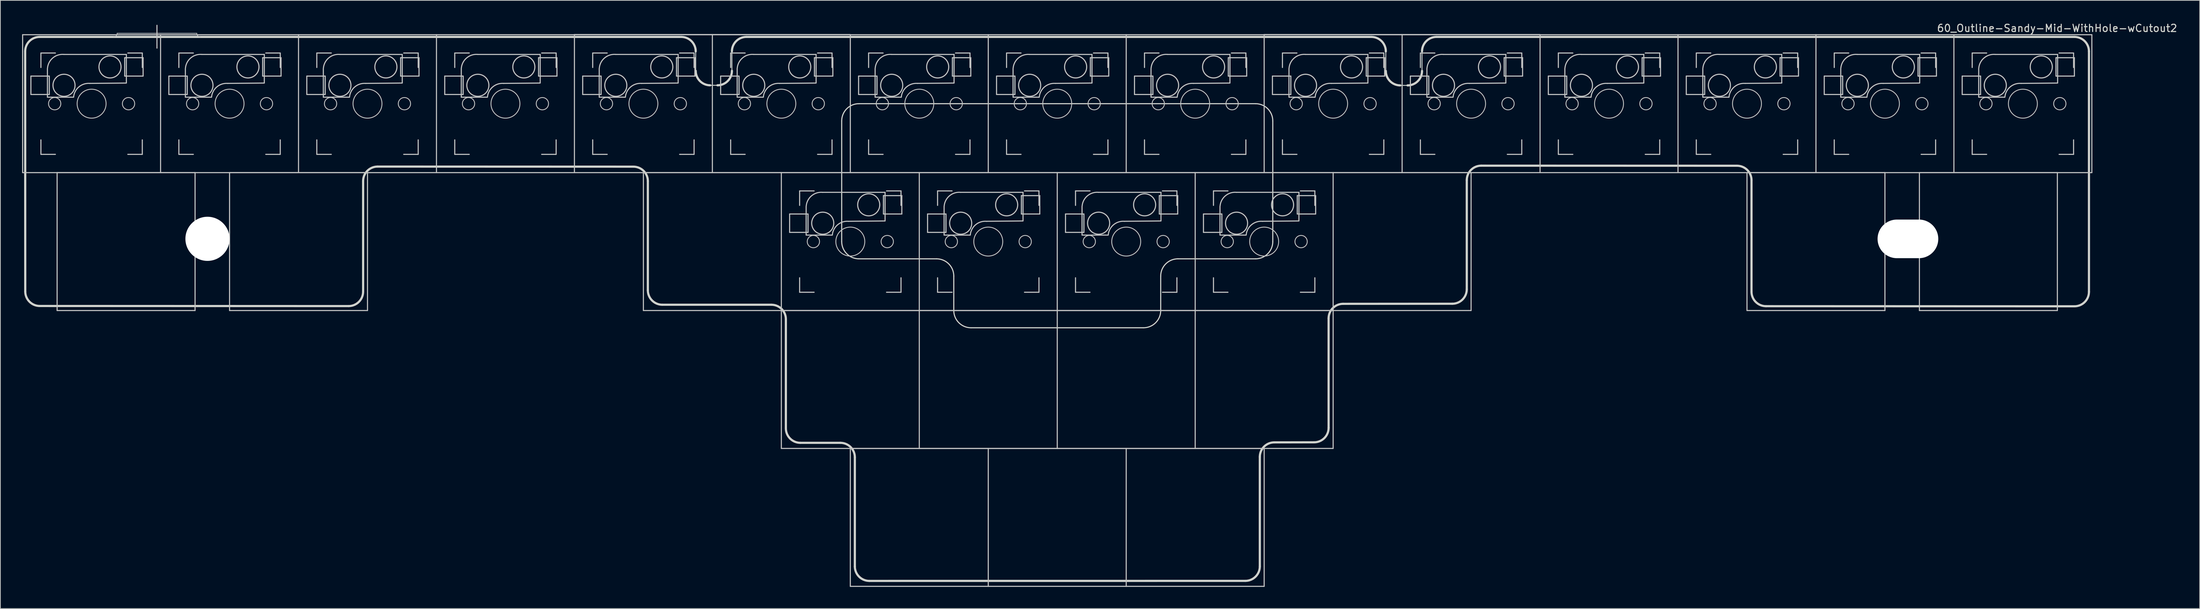
<source format=kicad_pcb>
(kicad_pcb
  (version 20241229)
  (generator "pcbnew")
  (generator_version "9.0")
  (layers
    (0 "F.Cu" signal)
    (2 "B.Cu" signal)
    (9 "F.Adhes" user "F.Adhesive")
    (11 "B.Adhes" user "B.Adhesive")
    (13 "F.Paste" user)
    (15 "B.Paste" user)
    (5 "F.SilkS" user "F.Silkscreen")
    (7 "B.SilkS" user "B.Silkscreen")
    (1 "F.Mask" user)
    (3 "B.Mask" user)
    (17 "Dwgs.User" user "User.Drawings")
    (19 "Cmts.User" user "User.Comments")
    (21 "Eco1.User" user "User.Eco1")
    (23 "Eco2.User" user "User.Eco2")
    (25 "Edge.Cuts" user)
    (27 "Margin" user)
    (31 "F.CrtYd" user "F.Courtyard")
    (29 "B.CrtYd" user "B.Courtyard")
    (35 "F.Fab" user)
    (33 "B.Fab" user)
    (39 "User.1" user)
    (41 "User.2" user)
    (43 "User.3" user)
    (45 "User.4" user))
  (footprint "60_Outline-Sandy-Mid-WithHole-wCutout2"
    (layer "F.Cu")
    (at 142.95 39.848)
    (property "Reference" "60_Outline-Sandy-Mid-WithHole-wCutout2" (at 138.075 -39 0) (layer "Edge.Cuts") (effects (font (size 1 1) (thickness 0.15))))
    (fp_line (start -142.875 -38.1) (end -123.825 -38.1) (stroke (width 0.15) (type solid)) (layer "Dwgs.User"))
    (fp_line (start -142.875 -19.05) (end -142.875 -38.1) (stroke (width 0.15) (type solid)) (layer "Dwgs.User"))
    (fp_line (start -141.732 -32.385) (end -141.732 -29.845) (stroke (width 0.15) (type solid)) (layer "Dwgs.User"))
    (fp_line (start -141.732 -29.845) (end -139.192 -29.845) (stroke (width 0.15) (type solid)) (layer "Dwgs.User"))
    (fp_line (start -140.35 -35.575) (end -140.35 -33.575) (stroke (width 0.15) (type solid)) (layer "Dwgs.User"))
    (fp_line (start -140.35 -23.575) (end -140.35 -21.575) (stroke (width 0.15) (type solid)) (layer "Dwgs.User"))
    (fp_line (start -140.35 -21.575) (end -138.35 -21.575) (stroke (width 0.15) (type solid)) (layer "Dwgs.User"))
    (fp_line (start -139.45 -33.425) (end -139.45 -29.48) (stroke (width 0.15) (type solid)) (layer "Dwgs.User"))
    (fp_line (start -139.45 -29.471) (end -135.84 -29.471) (stroke (width 0.15) (type solid)) (layer "Dwgs.User"))
    (fp_line (start -139.192 -32.385) (end -141.732 -32.385) (stroke (width 0.15) (type solid)) (layer "Dwgs.User"))
    (fp_line (start -139.192 -29.845) (end -139.192 -32.385) (stroke (width 0.15) (type solid)) (layer "Dwgs.User"))
    (fp_line (start -138.35 -35.575) (end -140.35 -35.575) (stroke (width 0.15) (type solid)) (layer "Dwgs.User"))
    (fp_line (start -138.113 -19.05) (end -119.062 -19.05) (stroke (width 0.15) (type solid)) (layer "Dwgs.User"))
    (fp_line (start -138.113 0) (end -138.113 -19.05) (stroke (width 0.15) (type solid)) (layer "Dwgs.User"))
    (fp_line (start -129.825 -38.3) (end -118.825 -38.3) (stroke (width 0.1) (type solid)) (layer "Dwgs.User"))
    (fp_line (start -128.778 -34.925) (end -126.238 -34.925) (stroke (width 0.15) (type solid)) (layer "Dwgs.User"))
    (fp_line (start -128.778 -32.385) (end -128.778 -34.925) (stroke (width 0.15) (type solid)) (layer "Dwgs.User"))
    (fp_line (start -128.55 -35.379) (end -137.175 -35.379) (stroke (width 0.15) (type solid)) (layer "Dwgs.User"))
    (fp_line (start -128.55 -31.471) (end -128.55 -35.379) (stroke (width 0.15) (type solid)) (layer "Dwgs.User"))
    (fp_line (start -128.55 -31.425) (end -133.6 -31.379) (stroke (width 0.15) (type solid)) (layer "Dwgs.User"))
    (fp_line (start -128.35 -35.575) (end -126.35 -35.575) (stroke (width 0.15) (type solid)) (layer "Dwgs.User"))
    (fp_line (start -128.35 -21.575) (end -126.35 -21.575) (stroke (width 0.15) (type solid)) (layer "Dwgs.User"))
    (fp_line (start -126.35 -35.575) (end -126.35 -33.575) (stroke (width 0.15) (type solid)) (layer "Dwgs.User"))
    (fp_line (start -126.35 -21.575) (end -126.35 -23.575) (stroke (width 0.15) (type solid)) (layer "Dwgs.User"))
    (fp_line (start -126.238 -34.925) (end -126.238 -32.385) (stroke (width 0.15) (type solid)) (layer "Dwgs.User"))
    (fp_line (start -126.238 -32.385) (end -128.778 -32.385) (stroke (width 0.15) (type solid)) (layer "Dwgs.User"))
    (fp_line (start -124.325 -39.4) (end -124.325 -36.25) (stroke (width 0.15) (type solid)) (layer "Dwgs.User"))
    (fp_line (start -123.825 -38.1) (end -123.825 -19.05) (stroke (width 0.15) (type solid)) (layer "Dwgs.User"))
    (fp_line (start -123.825 -38.1) (end -104.775 -38.1) (stroke (width 0.15) (type solid)) (layer "Dwgs.User"))
    (fp_line (start -123.825 -19.05) (end -142.875 -19.05) (stroke (width 0.15) (type solid)) (layer "Dwgs.User"))
    (fp_line (start -122.682 -32.385) (end -122.682 -29.845) (stroke (width 0.15) (type solid)) (layer "Dwgs.User"))
    (fp_line (start -122.682 -29.845) (end -120.142 -29.845) (stroke (width 0.15) (type solid)) (layer "Dwgs.User"))
    (fp_line (start -121.3 -35.575) (end -121.3 -33.575) (stroke (width 0.15) (type solid)) (layer "Dwgs.User"))
    (fp_line (start -121.3 -23.575) (end -121.3 -21.575) (stroke (width 0.15) (type solid)) (layer "Dwgs.User"))
    (fp_line (start -121.3 -21.575) (end -119.3 -21.575) (stroke (width 0.15) (type solid)) (layer "Dwgs.User"))
    (fp_line (start -120.4 -33.425) (end -120.4 -29.48) (stroke (width 0.15) (type solid)) (layer "Dwgs.User"))
    (fp_line (start -120.4 -29.471) (end -116.79 -29.471) (stroke (width 0.15) (type solid)) (layer "Dwgs.User"))
    (fp_line (start -120.142 -32.385) (end -122.682 -32.385) (stroke (width 0.15) (type solid)) (layer "Dwgs.User"))
    (fp_line (start -120.142 -29.845) (end -120.142 -32.385) (stroke (width 0.15) (type solid)) (layer "Dwgs.User"))
    (fp_line (start -119.3 -35.575) (end -121.3 -35.575) (stroke (width 0.15) (type solid)) (layer "Dwgs.User"))
    (fp_line (start -119.062 -19.05) (end -119.062 0) (stroke (width 0.15) (type solid)) (layer "Dwgs.User"))
    (fp_line (start -119.062 0) (end -138.113 0) (stroke (width 0.15) (type solid)) (layer "Dwgs.User"))
    (fp_line (start -114.3 -19.05) (end -95.25 -19.05) (stroke (width 0.15) (type solid)) (layer "Dwgs.User"))
    (fp_line (start -114.3 0) (end -114.3 -19.05) (stroke (width 0.15) (type solid)) (layer "Dwgs.User"))
    (fp_line (start -109.728 -34.925) (end -107.188 -34.925) (stroke (width 0.15) (type solid)) (layer "Dwgs.User"))
    (fp_line (start -109.728 -32.385) (end -109.728 -34.925) (stroke (width 0.15) (type solid)) (layer "Dwgs.User"))
    (fp_line (start -109.5 -35.379) (end -118.125 -35.379) (stroke (width 0.15) (type solid)) (layer "Dwgs.User"))
    (fp_line (start -109.5 -31.471) (end -109.5 -35.379) (stroke (width 0.15) (type solid)) (layer "Dwgs.User"))
    (fp_line (start -109.5 -31.425) (end -114.55 -31.379) (stroke (width 0.15) (type solid)) (layer "Dwgs.User"))
    (fp_line (start -109.3 -35.575) (end -107.3 -35.575) (stroke (width 0.15) (type solid)) (layer "Dwgs.User"))
    (fp_line (start -109.3 -21.575) (end -107.3 -21.575) (stroke (width 0.15) (type solid)) (layer "Dwgs.User"))
    (fp_line (start -107.3 -35.575) (end -107.3 -33.575) (stroke (width 0.15) (type solid)) (layer "Dwgs.User"))
    (fp_line (start -107.3 -21.575) (end -107.3 -23.575) (stroke (width 0.15) (type solid)) (layer "Dwgs.User"))
    (fp_line (start -107.188 -34.925) (end -107.188 -32.385) (stroke (width 0.15) (type solid)) (layer "Dwgs.User"))
    (fp_line (start -107.188 -32.385) (end -109.728 -32.385) (stroke (width 0.15) (type solid)) (layer "Dwgs.User"))
    (fp_line (start -104.775 -38.1) (end -85.725 -38.1) (stroke (width 0.15) (type solid)) (layer "Dwgs.User"))
    (fp_line (start -104.775 -19.05) (end -123.825 -19.05) (stroke (width 0.15) (type solid)) (layer "Dwgs.User"))
    (fp_line (start -104.775 -19.05) (end -104.775 -38.1) (stroke (width 0.15) (type solid)) (layer "Dwgs.User"))
    (fp_line (start -103.632 -32.385) (end -103.632 -29.845) (stroke (width 0.15) (type solid)) (layer "Dwgs.User"))
    (fp_line (start -103.632 -29.845) (end -101.092 -29.845) (stroke (width 0.15) (type solid)) (layer "Dwgs.User"))
    (fp_line (start -102.25 -35.575) (end -102.25 -33.575) (stroke (width 0.15) (type solid)) (layer "Dwgs.User"))
    (fp_line (start -102.25 -23.575) (end -102.25 -21.575) (stroke (width 0.15) (type solid)) (layer "Dwgs.User"))
    (fp_line (start -102.25 -21.575) (end -100.25 -21.575) (stroke (width 0.15) (type solid)) (layer "Dwgs.User"))
    (fp_line (start -101.35 -33.425) (end -101.35 -29.48) (stroke (width 0.15) (type solid)) (layer "Dwgs.User"))
    (fp_line (start -101.35 -29.471) (end -97.74 -29.471) (stroke (width 0.15) (type solid)) (layer "Dwgs.User"))
    (fp_line (start -101.092 -32.385) (end -103.632 -32.385) (stroke (width 0.15) (type solid)) (layer "Dwgs.User"))
    (fp_line (start -101.092 -29.845) (end -101.092 -32.385) (stroke (width 0.15) (type solid)) (layer "Dwgs.User"))
    (fp_line (start -100.25 -35.575) (end -102.25 -35.575) (stroke (width 0.15) (type solid)) (layer "Dwgs.User"))
    (fp_line (start -95.25 -19.05) (end -95.25 0) (stroke (width 0.15) (type solid)) (layer "Dwgs.User"))
    (fp_line (start -95.25 0) (end -114.3 0) (stroke (width 0.15) (type solid)) (layer "Dwgs.User"))
    (fp_line (start -90.678 -34.925) (end -88.138 -34.925) (stroke (width 0.15) (type solid)) (layer "Dwgs.User"))
    (fp_line (start -90.678 -32.385) (end -90.678 -34.925) (stroke (width 0.15) (type solid)) (layer "Dwgs.User"))
    (fp_line (start -90.45 -35.379) (end -99.075 -35.379) (stroke (width 0.15) (type solid)) (layer "Dwgs.User"))
    (fp_line (start -90.45 -31.471) (end -90.45 -35.379) (stroke (width 0.15) (type solid)) (layer "Dwgs.User"))
    (fp_line (start -90.45 -31.425) (end -95.5 -31.379) (stroke (width 0.15) (type solid)) (layer "Dwgs.User"))
    (fp_line (start -90.25 -35.575) (end -88.25 -35.575) (stroke (width 0.15) (type solid)) (layer "Dwgs.User"))
    (fp_line (start -90.25 -21.575) (end -88.25 -21.575) (stroke (width 0.15) (type solid)) (layer "Dwgs.User"))
    (fp_line (start -88.25 -35.575) (end -88.25 -33.575) (stroke (width 0.15) (type solid)) (layer "Dwgs.User"))
    (fp_line (start -88.25 -21.575) (end -88.25 -23.575) (stroke (width 0.15) (type solid)) (layer "Dwgs.User"))
    (fp_line (start -88.138 -34.925) (end -88.138 -32.385) (stroke (width 0.15) (type solid)) (layer "Dwgs.User"))
    (fp_line (start -88.138 -32.385) (end -90.678 -32.385) (stroke (width 0.15) (type solid)) (layer "Dwgs.User"))
    (fp_line (start -85.725 -38.1) (end -85.725 -19.05) (stroke (width 0.15) (type solid)) (layer "Dwgs.User"))
    (fp_line (start -85.725 -38.1) (end -66.675 -38.1) (stroke (width 0.15) (type solid)) (layer "Dwgs.User"))
    (fp_line (start -85.725 -19.05) (end -104.775 -19.05) (stroke (width 0.15) (type solid)) (layer "Dwgs.User"))
    (fp_line (start -84.582 -32.385) (end -84.582 -29.845) (stroke (width 0.15) (type solid)) (layer "Dwgs.User"))
    (fp_line (start -84.582 -29.845) (end -82.042 -29.845) (stroke (width 0.15) (type solid)) (layer "Dwgs.User"))
    (fp_line (start -83.2 -35.575) (end -83.2 -33.575) (stroke (width 0.15) (type solid)) (layer "Dwgs.User"))
    (fp_line (start -83.2 -23.575) (end -83.2 -21.575) (stroke (width 0.15) (type solid)) (layer "Dwgs.User"))
    (fp_line (start -83.2 -21.575) (end -81.2 -21.575) (stroke (width 0.15) (type solid)) (layer "Dwgs.User"))
    (fp_line (start -82.3 -33.425) (end -82.3 -29.48) (stroke (width 0.15) (type solid)) (layer "Dwgs.User"))
    (fp_line (start -82.3 -29.471) (end -78.69 -29.471) (stroke (width 0.15) (type solid)) (layer "Dwgs.User"))
    (fp_line (start -82.042 -32.385) (end -84.582 -32.385) (stroke (width 0.15) (type solid)) (layer "Dwgs.User"))
    (fp_line (start -82.042 -29.845) (end -82.042 -32.385) (stroke (width 0.15) (type solid)) (layer "Dwgs.User"))
    (fp_line (start -81.2 -35.575) (end -83.2 -35.575) (stroke (width 0.15) (type solid)) (layer "Dwgs.User"))
    (fp_line (start -71.628 -34.925) (end -69.088 -34.925) (stroke (width 0.15) (type solid)) (layer "Dwgs.User"))
    (fp_line (start -71.628 -32.385) (end -71.628 -34.925) (stroke (width 0.15) (type solid)) (layer "Dwgs.User"))
    (fp_line (start -71.4 -35.379) (end -80.025 -35.379) (stroke (width 0.15) (type solid)) (layer "Dwgs.User"))
    (fp_line (start -71.4 -31.471) (end -71.4 -35.379) (stroke (width 0.15) (type solid)) (layer "Dwgs.User"))
    (fp_line (start -71.4 -31.425) (end -76.45 -31.379) (stroke (width 0.15) (type solid)) (layer "Dwgs.User"))
    (fp_line (start -71.2 -35.575) (end -69.2 -35.575) (stroke (width 0.15) (type solid)) (layer "Dwgs.User"))
    (fp_line (start -71.2 -21.575) (end -69.2 -21.575) (stroke (width 0.15) (type solid)) (layer "Dwgs.User"))
    (fp_line (start -69.2 -35.575) (end -69.2 -33.575) (stroke (width 0.15) (type solid)) (layer "Dwgs.User"))
    (fp_line (start -69.2 -21.575) (end -69.2 -23.575) (stroke (width 0.15) (type solid)) (layer "Dwgs.User"))
    (fp_line (start -69.088 -34.925) (end -69.088 -32.385) (stroke (width 0.15) (type solid)) (layer "Dwgs.User"))
    (fp_line (start -69.088 -32.385) (end -71.628 -32.385) (stroke (width 0.15) (type solid)) (layer "Dwgs.User"))
    (fp_line (start -66.7 -38.125) (end -47.65 -38.125) (stroke (width 0.15) (type solid)) (layer "Dwgs.User"))
    (fp_line (start -66.675 -38.1) (end -66.675 -19.05) (stroke (width 0.15) (type solid)) (layer "Dwgs.User"))
    (fp_line (start -66.675 -38.1) (end -47.625 -38.1) (stroke (width 0.15) (type solid)) (layer "Dwgs.User"))
    (fp_line (start -66.675 -19.05) (end -85.725 -19.05) (stroke (width 0.15) (type solid)) (layer "Dwgs.User"))
    (fp_line (start -65.532 -32.385) (end -65.532 -29.845) (stroke (width 0.15) (type solid)) (layer "Dwgs.User"))
    (fp_line (start -65.532 -29.845) (end -62.992 -29.845) (stroke (width 0.15) (type solid)) (layer "Dwgs.User"))
    (fp_line (start -64.15 -35.575) (end -64.15 -33.575) (stroke (width 0.15) (type solid)) (layer "Dwgs.User"))
    (fp_line (start -64.15 -23.575) (end -64.15 -21.575) (stroke (width 0.15) (type solid)) (layer "Dwgs.User"))
    (fp_line (start -64.15 -21.575) (end -62.15 -21.575) (stroke (width 0.15) (type solid)) (layer "Dwgs.User"))
    (fp_line (start -63.25 -33.425) (end -63.25 -29.48) (stroke (width 0.15) (type solid)) (layer "Dwgs.User"))
    (fp_line (start -63.25 -29.471) (end -59.64 -29.471) (stroke (width 0.15) (type solid)) (layer "Dwgs.User"))
    (fp_line (start -62.992 -32.385) (end -65.532 -32.385) (stroke (width 0.15) (type solid)) (layer "Dwgs.User"))
    (fp_line (start -62.992 -29.845) (end -62.992 -32.385) (stroke (width 0.15) (type solid)) (layer "Dwgs.User"))
    (fp_line (start -62.15 -35.575) (end -64.15 -35.575) (stroke (width 0.15) (type solid)) (layer "Dwgs.User"))
    (fp_line (start -57.15 -19.05) (end -38.1 -19.05) (stroke (width 0.15) (type solid)) (layer "Dwgs.User"))
    (fp_line (start -57.15 0) (end -57.15 -19.05) (stroke (width 0.15) (type solid)) (layer "Dwgs.User"))
    (fp_line (start -52.578 -34.925) (end -50.038 -34.925) (stroke (width 0.15) (type solid)) (layer "Dwgs.User"))
    (fp_line (start -52.578 -32.385) (end -52.578 -34.925) (stroke (width 0.15) (type solid)) (layer "Dwgs.User"))
    (fp_line (start -52.35 -35.379) (end -60.975 -35.379) (stroke (width 0.15) (type solid)) (layer "Dwgs.User"))
    (fp_line (start -52.35 -31.471) (end -52.35 -35.379) (stroke (width 0.15) (type solid)) (layer "Dwgs.User"))
    (fp_line (start -52.35 -31.425) (end -57.4 -31.379) (stroke (width 0.15) (type solid)) (layer "Dwgs.User"))
    (fp_line (start -52.15 -35.575) (end -50.15 -35.575) (stroke (width 0.15) (type solid)) (layer "Dwgs.User"))
    (fp_line (start -52.15 -21.575) (end -50.15 -21.575) (stroke (width 0.15) (type solid)) (layer "Dwgs.User"))
    (fp_line (start -50.15 -35.575) (end -50.15 -33.575) (stroke (width 0.15) (type solid)) (layer "Dwgs.User"))
    (fp_line (start -50.15 -21.575) (end -50.15 -23.575) (stroke (width 0.15) (type solid)) (layer "Dwgs.User"))
    (fp_line (start -50.038 -34.925) (end -50.038 -32.385) (stroke (width 0.15) (type solid)) (layer "Dwgs.User"))
    (fp_line (start -50.038 -32.385) (end -52.578 -32.385) (stroke (width 0.15) (type solid)) (layer "Dwgs.User"))
    (fp_line (start -47.65 -38.125) (end -28.6 -38.125) (stroke (width 0.15) (type solid)) (layer "Dwgs.User"))
    (fp_line (start -47.625 -38.1) (end -28.575 -38.1) (stroke (width 0.15) (type solid)) (layer "Dwgs.User"))
    (fp_line (start -47.625 -19.05) (end -66.675 -19.05) (stroke (width 0.15) (type solid)) (layer "Dwgs.User"))
    (fp_line (start -47.625 -19.05) (end -47.625 -38.1) (stroke (width 0.15) (type solid)) (layer "Dwgs.User"))
    (fp_line (start -46.482 -32.385) (end -46.482 -29.845) (stroke (width 0.15) (type solid)) (layer "Dwgs.User"))
    (fp_line (start -46.482 -29.845) (end -43.942 -29.845) (stroke (width 0.15) (type solid)) (layer "Dwgs.User"))
    (fp_line (start -45.1 -35.575) (end -45.1 -33.575) (stroke (width 0.15) (type solid)) (layer "Dwgs.User"))
    (fp_line (start -45.1 -23.575) (end -45.1 -21.575) (stroke (width 0.15) (type solid)) (layer "Dwgs.User"))
    (fp_line (start -45.1 -21.575) (end -43.1 -21.575) (stroke (width 0.15) (type solid)) (layer "Dwgs.User"))
    (fp_line (start -44.2 -33.425) (end -44.2 -29.48) (stroke (width 0.15) (type solid)) (layer "Dwgs.User"))
    (fp_line (start -44.2 -29.471) (end -40.59 -29.471) (stroke (width 0.15) (type solid)) (layer "Dwgs.User"))
    (fp_line (start -43.942 -32.385) (end -46.482 -32.385) (stroke (width 0.15) (type solid)) (layer "Dwgs.User"))
    (fp_line (start -43.942 -29.845) (end -43.942 -32.385) (stroke (width 0.15) (type solid)) (layer "Dwgs.User"))
    (fp_line (start -43.1 -35.575) (end -45.1 -35.575) (stroke (width 0.15) (type solid)) (layer "Dwgs.User"))
    (fp_line (start -38.1 -19.05) (end -19.05 -19.05) (stroke (width 0.15) (type solid)) (layer "Dwgs.User"))
    (fp_line (start -38.1 0) (end -57.15 0) (stroke (width 0.15) (type solid)) (layer "Dwgs.User"))
    (fp_line (start -38.1 0) (end -38.1 -19.05) (stroke (width 0.15) (type solid)) (layer "Dwgs.User"))
    (fp_line (start -38.1 0) (end -19.05 0) (stroke (width 0.15) (type solid)) (layer "Dwgs.User"))
    (fp_line (start -38.1 19.05) (end -38.1 0) (stroke (width 0.15) (type solid)) (layer "Dwgs.User"))
    (fp_line (start -36.957 -13.335) (end -36.957 -10.795) (stroke (width 0.15) (type solid)) (layer "Dwgs.User"))
    (fp_line (start -36.957 -10.795) (end -34.417 -10.795) (stroke (width 0.15) (type solid)) (layer "Dwgs.User"))
    (fp_line (start -35.575 -16.525) (end -35.575 -14.525) (stroke (width 0.15) (type solid)) (layer "Dwgs.User"))
    (fp_line (start -35.575 -4.525) (end -35.575 -2.525) (stroke (width 0.15) (type solid)) (layer "Dwgs.User"))
    (fp_line (start -35.575 -2.525) (end -33.575 -2.525) (stroke (width 0.15) (type solid)) (layer "Dwgs.User"))
    (fp_line (start -34.675 -14.375) (end -34.675 -10.43) (stroke (width 0.15) (type solid)) (layer "Dwgs.User"))
    (fp_line (start -34.675 -10.421) (end -31.065 -10.421) (stroke (width 0.15) (type solid)) (layer "Dwgs.User"))
    (fp_line (start -34.417 -13.335) (end -36.957 -13.335) (stroke (width 0.15) (type solid)) (layer "Dwgs.User"))
    (fp_line (start -34.417 -10.795) (end -34.417 -13.335) (stroke (width 0.15) (type solid)) (layer "Dwgs.User"))
    (fp_line (start -33.575 -16.525) (end -35.575 -16.525) (stroke (width 0.15) (type solid)) (layer "Dwgs.User"))
    (fp_line (start -33.528 -34.925) (end -30.988 -34.925) (stroke (width 0.15) (type solid)) (layer "Dwgs.User"))
    (fp_line (start -33.528 -32.385) (end -33.528 -34.925) (stroke (width 0.15) (type solid)) (layer "Dwgs.User"))
    (fp_line (start -33.3 -35.379) (end -41.925 -35.379) (stroke (width 0.15) (type solid)) (layer "Dwgs.User"))
    (fp_line (start -33.3 -31.471) (end -33.3 -35.379) (stroke (width 0.15) (type solid)) (layer "Dwgs.User"))
    (fp_line (start -33.3 -31.425) (end -38.35 -31.379) (stroke (width 0.15) (type solid)) (layer "Dwgs.User"))
    (fp_line (start -33.1 -35.575) (end -31.1 -35.575) (stroke (width 0.15) (type solid)) (layer "Dwgs.User"))
    (fp_line (start -33.1 -21.575) (end -31.1 -21.575) (stroke (width 0.15) (type solid)) (layer "Dwgs.User"))
    (fp_line (start -31.1 -35.575) (end -31.1 -33.575) (stroke (width 0.15) (type solid)) (layer "Dwgs.User"))
    (fp_line (start -31.1 -21.575) (end -31.1 -23.575) (stroke (width 0.15) (type solid)) (layer "Dwgs.User"))
    (fp_line (start -30.988 -34.925) (end -30.988 -32.385) (stroke (width 0.15) (type solid)) (layer "Dwgs.User"))
    (fp_line (start -30.988 -32.385) (end -33.528 -32.385) (stroke (width 0.15) (type solid)) (layer "Dwgs.User"))
    (fp_line (start -28.575 -38.1) (end -9.525 -38.1) (stroke (width 0.15) (type solid)) (layer "Dwgs.User"))
    (fp_line (start -28.575 -19.05) (end -47.625 -19.05) (stroke (width 0.15) (type solid)) (layer "Dwgs.User"))
    (fp_line (start -28.575 -19.05) (end -28.575 -38.1) (stroke (width 0.15) (type solid)) (layer "Dwgs.User"))
    (fp_line (start -28.575 19.05) (end -9.525 19.05) (stroke (width 0.15) (type solid)) (layer "Dwgs.User"))
    (fp_line (start -28.575 38.1) (end -28.575 19.05) (stroke (width 0.15) (type solid)) (layer "Dwgs.User"))
    (fp_line (start -27.432 -32.385) (end -27.432 -29.845) (stroke (width 0.15) (type solid)) (layer "Dwgs.User"))
    (fp_line (start -27.432 -29.845) (end -24.892 -29.845) (stroke (width 0.15) (type solid)) (layer "Dwgs.User"))
    (fp_line (start -26.05 -35.575) (end -26.05 -33.575) (stroke (width 0.15) (type solid)) (layer "Dwgs.User"))
    (fp_line (start -26.05 -23.575) (end -26.05 -21.575) (stroke (width 0.15) (type solid)) (layer "Dwgs.User"))
    (fp_line (start -26.05 -21.575) (end -24.05 -21.575) (stroke (width 0.15) (type solid)) (layer "Dwgs.User"))
    (fp_line (start -25.15 -33.425) (end -25.15 -29.48) (stroke (width 0.15) (type solid)) (layer "Dwgs.User"))
    (fp_line (start -25.15 -29.471) (end -21.54 -29.471) (stroke (width 0.15) (type solid)) (layer "Dwgs.User"))
    (fp_line (start -24.892 -32.385) (end -27.432 -32.385) (stroke (width 0.15) (type solid)) (layer "Dwgs.User"))
    (fp_line (start -24.892 -29.845) (end -24.892 -32.385) (stroke (width 0.15) (type solid)) (layer "Dwgs.User"))
    (fp_line (start -24.05 -35.575) (end -26.05 -35.575) (stroke (width 0.15) (type solid)) (layer "Dwgs.User"))
    (fp_line (start -24.003 -15.875) (end -21.463 -15.875) (stroke (width 0.15) (type solid)) (layer "Dwgs.User"))
    (fp_line (start -24.003 -13.335) (end -24.003 -15.875) (stroke (width 0.15) (type solid)) (layer "Dwgs.User"))
    (fp_line (start -23.775 -16.329) (end -32.4 -16.329) (stroke (width 0.15) (type solid)) (layer "Dwgs.User"))
    (fp_line (start -23.775 -12.421) (end -23.775 -16.329) (stroke (width 0.15) (type solid)) (layer "Dwgs.User"))
    (fp_line (start -23.775 -12.375) (end -28.825 -12.329) (stroke (width 0.15) (type solid)) (layer "Dwgs.User"))
    (fp_line (start -23.575 -16.525) (end -21.575 -16.525) (stroke (width 0.15) (type solid)) (layer "Dwgs.User"))
    (fp_line (start -23.575 -2.525) (end -21.575 -2.525) (stroke (width 0.15) (type solid)) (layer "Dwgs.User"))
    (fp_line (start -21.575 -16.525) (end -21.575 -14.525) (stroke (width 0.15) (type solid)) (layer "Dwgs.User"))
    (fp_line (start -21.575 -2.525) (end -21.575 -4.525) (stroke (width 0.15) (type solid)) (layer "Dwgs.User"))
    (fp_line (start -21.463 -15.875) (end -21.463 -13.335) (stroke (width 0.15) (type solid)) (layer "Dwgs.User"))
    (fp_line (start -21.463 -13.335) (end -24.003 -13.335) (stroke (width 0.15) (type solid)) (layer "Dwgs.User"))
    (fp_line (start -19.05 -19.05) (end -19.05 0) (stroke (width 0.15) (type solid)) (layer "Dwgs.User"))
    (fp_line (start -19.05 -19.05) (end 0 -19.05) (stroke (width 0.15) (type solid)) (layer "Dwgs.User"))
    (fp_line (start -19.05 0) (end -38.1 0) (stroke (width 0.15) (type solid)) (layer "Dwgs.User"))
    (fp_line (start -19.05 0) (end 0 0) (stroke (width 0.15) (type solid)) (layer "Dwgs.User"))
    (fp_line (start -19.05 19.05) (end -38.1 19.05) (stroke (width 0.15) (type solid)) (layer "Dwgs.User"))
    (fp_line (start -19.05 19.05) (end -19.05 0) (stroke (width 0.15) (type solid)) (layer "Dwgs.User"))
    (fp_line (start -17.907 -13.335) (end -17.907 -10.795) (stroke (width 0.15) (type solid)) (layer "Dwgs.User"))
    (fp_line (start -17.907 -10.795) (end -15.367 -10.795) (stroke (width 0.15) (type solid)) (layer "Dwgs.User"))
    (fp_line (start -16.525 -16.525) (end -16.525 -14.525) (stroke (width 0.15) (type solid)) (layer "Dwgs.User"))
    (fp_line (start -16.525 -4.525) (end -16.525 -2.525) (stroke (width 0.15) (type solid)) (layer "Dwgs.User"))
    (fp_line (start -16.525 -2.525) (end -14.525 -2.525) (stroke (width 0.15) (type solid)) (layer "Dwgs.User"))
    (fp_line (start -15.625 -14.375) (end -15.625 -10.43) (stroke (width 0.15) (type solid)) (layer "Dwgs.User"))
    (fp_line (start -15.625 -10.421) (end -12.015 -10.421) (stroke (width 0.15) (type solid)) (layer "Dwgs.User"))
    (fp_line (start -15.367 -13.335) (end -17.907 -13.335) (stroke (width 0.15) (type solid)) (layer "Dwgs.User"))
    (fp_line (start -15.367 -10.795) (end -15.367 -13.335) (stroke (width 0.15) (type solid)) (layer "Dwgs.User"))
    (fp_line (start -14.525 -16.525) (end -16.525 -16.525) (stroke (width 0.15) (type solid)) (layer "Dwgs.User"))
    (fp_line (start -14.478 -34.925) (end -11.938 -34.925) (stroke (width 0.15) (type solid)) (layer "Dwgs.User"))
    (fp_line (start -14.478 -32.385) (end -14.478 -34.925) (stroke (width 0.15) (type solid)) (layer "Dwgs.User"))
    (fp_line (start -14.25 -35.379) (end -22.875 -35.379) (stroke (width 0.15) (type solid)) (layer "Dwgs.User"))
    (fp_line (start -14.25 -31.471) (end -14.25 -35.379) (stroke (width 0.15) (type solid)) (layer "Dwgs.User"))
    (fp_line (start -14.25 -31.425) (end -19.3 -31.379) (stroke (width 0.15) (type solid)) (layer "Dwgs.User"))
    (fp_line (start -14.05 -35.575) (end -12.05 -35.575) (stroke (width 0.15) (type solid)) (layer "Dwgs.User"))
    (fp_line (start -14.05 -21.575) (end -12.05 -21.575) (stroke (width 0.15) (type solid)) (layer "Dwgs.User"))
    (fp_line (start -12.05 -35.575) (end -12.05 -33.575) (stroke (width 0.15) (type solid)) (layer "Dwgs.User"))
    (fp_line (start -12.05 -21.575) (end -12.05 -23.575) (stroke (width 0.15) (type solid)) (layer "Dwgs.User"))
    (fp_line (start -11.938 -34.925) (end -11.938 -32.385) (stroke (width 0.15) (type solid)) (layer "Dwgs.User"))
    (fp_line (start -11.938 -32.385) (end -14.478 -32.385) (stroke (width 0.15) (type solid)) (layer "Dwgs.User"))
    (fp_line (start -9.525 -38.1) (end -9.525 -19.05) (stroke (width 0.15) (type solid)) (layer "Dwgs.User"))
    (fp_line (start -9.525 -38.1) (end 9.525 -38.1) (stroke (width 0.15) (type solid)) (layer "Dwgs.User"))
    (fp_line (start -9.525 -19.05) (end -28.575 -19.05) (stroke (width 0.15) (type solid)) (layer "Dwgs.User"))
    (fp_line (start -9.525 19.05) (end 9.525 19.05) (stroke (width 0.15) (type solid)) (layer "Dwgs.User"))
    (fp_line (start -9.525 38.1) (end -28.575 38.1) (stroke (width 0.15) (type solid)) (layer "Dwgs.User"))
    (fp_line (start -9.525 38.1) (end -9.525 19.05) (stroke (width 0.15) (type solid)) (layer "Dwgs.User"))
    (fp_line (start -8.382 -32.385) (end -8.382 -29.845) (stroke (width 0.15) (type solid)) (layer "Dwgs.User"))
    (fp_line (start -8.382 -29.845) (end -5.842 -29.845) (stroke (width 0.15) (type solid)) (layer "Dwgs.User"))
    (fp_line (start -7 -35.575) (end -7 -33.575) (stroke (width 0.15) (type solid)) (layer "Dwgs.User"))
    (fp_line (start -7 -23.575) (end -7 -21.575) (stroke (width 0.15) (type solid)) (layer "Dwgs.User"))
    (fp_line (start -7 -21.575) (end -5 -21.575) (stroke (width 0.15) (type solid)) (layer "Dwgs.User"))
    (fp_line (start -6.1 -33.425) (end -6.1 -29.48) (stroke (width 0.15) (type solid)) (layer "Dwgs.User"))
    (fp_line (start -6.1 -29.471) (end -2.49 -29.471) (stroke (width 0.15) (type solid)) (layer "Dwgs.User"))
    (fp_line (start -5.842 -32.385) (end -8.382 -32.385) (stroke (width 0.15) (type solid)) (layer "Dwgs.User"))
    (fp_line (start -5.842 -29.845) (end -5.842 -32.385) (stroke (width 0.15) (type solid)) (layer "Dwgs.User"))
    (fp_line (start -5 -35.575) (end -7 -35.575) (stroke (width 0.15) (type solid)) (layer "Dwgs.User"))
    (fp_line (start -4.953 -15.875) (end -2.413 -15.875) (stroke (width 0.15) (type solid)) (layer "Dwgs.User"))
    (fp_line (start -4.953 -13.335) (end -4.953 -15.875) (stroke (width 0.15) (type solid)) (layer "Dwgs.User"))
    (fp_line (start -4.725 -16.329) (end -13.35 -16.329) (stroke (width 0.15) (type solid)) (layer "Dwgs.User"))
    (fp_line (start -4.725 -12.421) (end -4.725 -16.329) (stroke (width 0.15) (type solid)) (layer "Dwgs.User"))
    (fp_line (start -4.725 -12.375) (end -9.775 -12.329) (stroke (width 0.15) (type solid)) (layer "Dwgs.User"))
    (fp_line (start -4.525 -16.525) (end -2.525 -16.525) (stroke (width 0.15) (type solid)) (layer "Dwgs.User"))
    (fp_line (start -4.525 -2.525) (end -2.525 -2.525) (stroke (width 0.15) (type solid)) (layer "Dwgs.User"))
    (fp_line (start -2.525 -16.525) (end -2.525 -14.525) (stroke (width 0.15) (type solid)) (layer "Dwgs.User"))
    (fp_line (start -2.525 -2.525) (end -2.525 -4.525) (stroke (width 0.15) (type solid)) (layer "Dwgs.User"))
    (fp_line (start -2.413 -15.875) (end -2.413 -13.335) (stroke (width 0.15) (type solid)) (layer "Dwgs.User"))
    (fp_line (start -2.413 -13.335) (end -4.953 -13.335) (stroke (width 0.15) (type solid)) (layer "Dwgs.User"))
    (fp_line (start 0 -19.05) (end 0 0) (stroke (width 0.15) (type solid)) (layer "Dwgs.User"))
    (fp_line (start 0 -19.05) (end 19.05 -19.05) (stroke (width 0.15) (type solid)) (layer "Dwgs.User"))
    (fp_line (start 0 0) (end -19.05 0) (stroke (width 0.15) (type solid)) (layer "Dwgs.User"))
    (fp_line (start 0 0) (end 19.05 0) (stroke (width 0.15) (type solid)) (layer "Dwgs.User"))
    (fp_line (start 0 19.05) (end -19.05 19.05) (stroke (width 0.15) (type solid)) (layer "Dwgs.User"))
    (fp_line (start 0 19.05) (end 0 0) (stroke (width 0.15) (type solid)) (layer "Dwgs.User"))
    (fp_line (start 1.143 -13.335) (end 1.143 -10.795) (stroke (width 0.15) (type solid)) (layer "Dwgs.User"))
    (fp_line (start 1.143 -10.795) (end 3.683 -10.795) (stroke (width 0.15) (type solid)) (layer "Dwgs.User"))
    (fp_line (start 2.525 -16.525) (end 2.525 -14.525) (stroke (width 0.15) (type solid)) (layer "Dwgs.User"))
    (fp_line (start 2.525 -4.525) (end 2.525 -2.525) (stroke (width 0.15) (type solid)) (layer "Dwgs.User"))
    (fp_line (start 2.525 -2.525) (end 4.525 -2.525) (stroke (width 0.15) (type solid)) (layer "Dwgs.User"))
    (fp_line (start 3.425 -14.375) (end 3.425 -10.43) (stroke (width 0.15) (type solid)) (layer "Dwgs.User"))
    (fp_line (start 3.425 -10.421) (end 7.035 -10.421) (stroke (width 0.15) (type solid)) (layer "Dwgs.User"))
    (fp_line (start 3.683 -13.335) (end 1.143 -13.335) (stroke (width 0.15) (type solid)) (layer "Dwgs.User"))
    (fp_line (start 3.683 -10.795) (end 3.683 -13.335) (stroke (width 0.15) (type solid)) (layer "Dwgs.User"))
    (fp_line (start 4.525 -16.525) (end 2.525 -16.525) (stroke (width 0.15) (type solid)) (layer "Dwgs.User"))
    (fp_line (start 4.572 -34.925) (end 7.112 -34.925) (stroke (width 0.15) (type solid)) (layer "Dwgs.User"))
    (fp_line (start 4.572 -32.385) (end 4.572 -34.925) (stroke (width 0.15) (type solid)) (layer "Dwgs.User"))
    (fp_line (start 4.8 -35.379) (end -3.825 -35.379) (stroke (width 0.15) (type solid)) (layer "Dwgs.User"))
    (fp_line (start 4.8 -31.471) (end 4.8 -35.379) (stroke (width 0.15) (type solid)) (layer "Dwgs.User"))
    (fp_line (start 4.8 -31.425) (end -0.25 -31.379) (stroke (width 0.15) (type solid)) (layer "Dwgs.User"))
    (fp_line (start 5 -35.575) (end 7 -35.575) (stroke (width 0.15) (type solid)) (layer "Dwgs.User"))
    (fp_line (start 5 -21.575) (end 7 -21.575) (stroke (width 0.15) (type solid)) (layer "Dwgs.User"))
    (fp_line (start 7 -35.575) (end 7 -33.575) (stroke (width 0.15) (type solid)) (layer "Dwgs.User"))
    (fp_line (start 7 -21.575) (end 7 -23.575) (stroke (width 0.15) (type solid)) (layer "Dwgs.User"))
    (fp_line (start 7.112 -34.925) (end 7.112 -32.385) (stroke (width 0.15) (type solid)) (layer "Dwgs.User"))
    (fp_line (start 7.112 -32.385) (end 4.572 -32.385) (stroke (width 0.15) (type solid)) (layer "Dwgs.User"))
    (fp_line (start 9.525 -38.1) (end 28.575 -38.1) (stroke (width 0.15) (type solid)) (layer "Dwgs.User"))
    (fp_line (start 9.525 -19.05) (end -9.525 -19.05) (stroke (width 0.15) (type solid)) (layer "Dwgs.User"))
    (fp_line (start 9.525 -19.05) (end 9.525 -38.1) (stroke (width 0.15) (type solid)) (layer "Dwgs.User"))
    (fp_line (start 9.525 19.05) (end 28.575 19.05) (stroke (width 0.15) (type solid)) (layer "Dwgs.User"))
    (fp_line (start 9.525 38.1) (end -9.525 38.1) (stroke (width 0.15) (type solid)) (layer "Dwgs.User"))
    (fp_line (start 9.525 38.1) (end 9.525 19.05) (stroke (width 0.15) (type solid)) (layer "Dwgs.User"))
    (fp_line (start 10.668 -32.385) (end 10.668 -29.845) (stroke (width 0.15) (type solid)) (layer "Dwgs.User"))
    (fp_line (start 10.668 -29.845) (end 13.208 -29.845) (stroke (width 0.15) (type solid)) (layer "Dwgs.User"))
    (fp_line (start 12.05 -35.575) (end 12.05 -33.575) (stroke (width 0.15) (type solid)) (layer "Dwgs.User"))
    (fp_line (start 12.05 -23.575) (end 12.05 -21.575) (stroke (width 0.15) (type solid)) (layer "Dwgs.User"))
    (fp_line (start 12.05 -21.575) (end 14.05 -21.575) (stroke (width 0.15) (type solid)) (layer "Dwgs.User"))
    (fp_line (start 12.95 -33.425) (end 12.95 -29.48) (stroke (width 0.15) (type solid)) (layer "Dwgs.User"))
    (fp_line (start 12.95 -29.471) (end 16.56 -29.471) (stroke (width 0.15) (type solid)) (layer "Dwgs.User"))
    (fp_line (start 13.208 -32.385) (end 10.668 -32.385) (stroke (width 0.15) (type solid)) (layer "Dwgs.User"))
    (fp_line (start 13.208 -29.845) (end 13.208 -32.385) (stroke (width 0.15) (type solid)) (layer "Dwgs.User"))
    (fp_line (start 14.05 -35.575) (end 12.05 -35.575) (stroke (width 0.15) (type solid)) (layer "Dwgs.User"))
    (fp_line (start 14.097 -15.875) (end 16.637 -15.875) (stroke (width 0.15) (type solid)) (layer "Dwgs.User"))
    (fp_line (start 14.097 -13.335) (end 14.097 -15.875) (stroke (width 0.15) (type solid)) (layer "Dwgs.User"))
    (fp_line (start 14.325 -16.329) (end 5.7 -16.329) (stroke (width 0.15) (type solid)) (layer "Dwgs.User"))
    (fp_line (start 14.325 -12.421) (end 14.325 -16.329) (stroke (width 0.15) (type solid)) (layer "Dwgs.User"))
    (fp_line (start 14.325 -12.375) (end 9.275 -12.329) (stroke (width 0.15) (type solid)) (layer "Dwgs.User"))
    (fp_line (start 14.525 -16.525) (end 16.525 -16.525) (stroke (width 0.15) (type solid)) (layer "Dwgs.User"))
    (fp_line (start 14.525 -2.525) (end 16.525 -2.525) (stroke (width 0.15) (type solid)) (layer "Dwgs.User"))
    (fp_line (start 16.525 -16.525) (end 16.525 -14.525) (stroke (width 0.15) (type solid)) (layer "Dwgs.User"))
    (fp_line (start 16.525 -2.525) (end 16.525 -4.525) (stroke (width 0.15) (type solid)) (layer "Dwgs.User"))
    (fp_line (start 16.637 -15.875) (end 16.637 -13.335) (stroke (width 0.15) (type solid)) (layer "Dwgs.User"))
    (fp_line (start 16.637 -13.335) (end 14.097 -13.335) (stroke (width 0.15) (type solid)) (layer "Dwgs.User"))
    (fp_line (start 19.05 -19.05) (end 19.05 0) (stroke (width 0.15) (type solid)) (layer "Dwgs.User"))
    (fp_line (start 19.05 -19.05) (end 38.1 -19.05) (stroke (width 0.15) (type solid)) (layer "Dwgs.User"))
    (fp_line (start 19.05 0) (end 0 0) (stroke (width 0.15) (type solid)) (layer "Dwgs.User"))
    (fp_line (start 19.05 0) (end 38.1 0) (stroke (width 0.15) (type solid)) (layer "Dwgs.User"))
    (fp_line (start 19.05 19.05) (end 0 19.05) (stroke (width 0.15) (type solid)) (layer "Dwgs.User"))
    (fp_line (start 19.05 19.05) (end 19.05 0) (stroke (width 0.15) (type solid)) (layer "Dwgs.User"))
    (fp_line (start 20.193 -13.335) (end 20.193 -10.795) (stroke (width 0.15) (type solid)) (layer "Dwgs.User"))
    (fp_line (start 20.193 -10.795) (end 22.733 -10.795) (stroke (width 0.15) (type solid)) (layer "Dwgs.User"))
    (fp_line (start 21.575 -16.525) (end 21.575 -14.525) (stroke (width 0.15) (type solid)) (layer "Dwgs.User"))
    (fp_line (start 21.575 -4.525) (end 21.575 -2.525) (stroke (width 0.15) (type solid)) (layer "Dwgs.User"))
    (fp_line (start 21.575 -2.525) (end 23.575 -2.525) (stroke (width 0.15) (type solid)) (layer "Dwgs.User"))
    (fp_line (start 22.475 -14.375) (end 22.475 -10.43) (stroke (width 0.15) (type solid)) (layer "Dwgs.User"))
    (fp_line (start 22.475 -10.421) (end 26.085 -10.421) (stroke (width 0.15) (type solid)) (layer "Dwgs.User"))
    (fp_line (start 22.733 -13.335) (end 20.193 -13.335) (stroke (width 0.15) (type solid)) (layer "Dwgs.User"))
    (fp_line (start 22.733 -10.795) (end 22.733 -13.335) (stroke (width 0.15) (type solid)) (layer "Dwgs.User"))
    (fp_line (start 23.575 -16.525) (end 21.575 -16.525) (stroke (width 0.15) (type solid)) (layer "Dwgs.User"))
    (fp_line (start 23.622 -34.925) (end 26.162 -34.925) (stroke (width 0.15) (type solid)) (layer "Dwgs.User"))
    (fp_line (start 23.622 -32.385) (end 23.622 -34.925) (stroke (width 0.15) (type solid)) (layer "Dwgs.User"))
    (fp_line (start 23.85 -35.379) (end 15.225 -35.379) (stroke (width 0.15) (type solid)) (layer "Dwgs.User"))
    (fp_line (start 23.85 -31.471) (end 23.85 -35.379) (stroke (width 0.15) (type solid)) (layer "Dwgs.User"))
    (fp_line (start 23.85 -31.425) (end 18.8 -31.379) (stroke (width 0.15) (type solid)) (layer "Dwgs.User"))
    (fp_line (start 24.05 -35.575) (end 26.05 -35.575) (stroke (width 0.15) (type solid)) (layer "Dwgs.User"))
    (fp_line (start 24.05 -21.575) (end 26.05 -21.575) (stroke (width 0.15) (type solid)) (layer "Dwgs.User"))
    (fp_line (start 26.05 -35.575) (end 26.05 -33.575) (stroke (width 0.15) (type solid)) (layer "Dwgs.User"))
    (fp_line (start 26.05 -21.575) (end 26.05 -23.575) (stroke (width 0.15) (type solid)) (layer "Dwgs.User"))
    (fp_line (start 26.162 -34.925) (end 26.162 -32.385) (stroke (width 0.15) (type solid)) (layer "Dwgs.User"))
    (fp_line (start 26.162 -32.385) (end 23.622 -32.385) (stroke (width 0.15) (type solid)) (layer "Dwgs.User"))
    (fp_line (start 28.55 -38.125) (end 47.6 -38.125) (stroke (width 0.15) (type solid)) (layer "Dwgs.User"))
    (fp_line (start 28.575 -38.1) (end 47.625 -38.1) (stroke (width 0.15) (type solid)) (layer "Dwgs.User"))
    (fp_line (start 28.575 -19.05) (end 9.525 -19.05) (stroke (width 0.15) (type solid)) (layer "Dwgs.User"))
    (fp_line (start 28.575 -19.05) (end 28.575 -38.1) (stroke (width 0.15) (type solid)) (layer "Dwgs.User"))
    (fp_line (start 28.575 19.05) (end 28.575 38.1) (stroke (width 0.15) (type solid)) (layer "Dwgs.User"))
    (fp_line (start 28.575 38.1) (end 9.525 38.1) (stroke (width 0.15) (type solid)) (layer "Dwgs.User"))
    (fp_line (start 29.718 -32.385) (end 29.718 -29.845) (stroke (width 0.15) (type solid)) (layer "Dwgs.User"))
    (fp_line (start 29.718 -29.845) (end 32.258 -29.845) (stroke (width 0.15) (type solid)) (layer "Dwgs.User"))
    (fp_line (start 31.1 -35.575) (end 31.1 -33.575) (stroke (width 0.15) (type solid)) (layer "Dwgs.User"))
    (fp_line (start 31.1 -23.575) (end 31.1 -21.575) (stroke (width 0.15) (type solid)) (layer "Dwgs.User"))
    (fp_line (start 31.1 -21.575) (end 33.1 -21.575) (stroke (width 0.15) (type solid)) (layer "Dwgs.User"))
    (fp_line (start 32 -33.425) (end 32 -29.48) (stroke (width 0.15) (type solid)) (layer "Dwgs.User"))
    (fp_line (start 32 -29.471) (end 35.61 -29.471) (stroke (width 0.15) (type solid)) (layer "Dwgs.User"))
    (fp_line (start 32.258 -32.385) (end 29.718 -32.385) (stroke (width 0.15) (type solid)) (layer "Dwgs.User"))
    (fp_line (start 32.258 -29.845) (end 32.258 -32.385) (stroke (width 0.15) (type solid)) (layer "Dwgs.User"))
    (fp_line (start 33.1 -35.575) (end 31.1 -35.575) (stroke (width 0.15) (type solid)) (layer "Dwgs.User"))
    (fp_line (start 33.147 -15.875) (end 35.687 -15.875) (stroke (width 0.15) (type solid)) (layer "Dwgs.User"))
    (fp_line (start 33.147 -13.335) (end 33.147 -15.875) (stroke (width 0.15) (type solid)) (layer "Dwgs.User"))
    (fp_line (start 33.375 -16.329) (end 24.75 -16.329) (stroke (width 0.15) (type solid)) (layer "Dwgs.User"))
    (fp_line (start 33.375 -12.421) (end 33.375 -16.329) (stroke (width 0.15) (type solid)) (layer "Dwgs.User"))
    (fp_line (start 33.375 -12.375) (end 28.325 -12.329) (stroke (width 0.15) (type solid)) (layer "Dwgs.User"))
    (fp_line (start 33.575 -16.525) (end 35.575 -16.525) (stroke (width 0.15) (type solid)) (layer "Dwgs.User"))
    (fp_line (start 33.575 -2.525) (end 35.575 -2.525) (stroke (width 0.15) (type solid)) (layer "Dwgs.User"))
    (fp_line (start 35.575 -16.525) (end 35.575 -14.525) (stroke (width 0.15) (type solid)) (layer "Dwgs.User"))
    (fp_line (start 35.575 -2.525) (end 35.575 -4.525) (stroke (width 0.15) (type solid)) (layer "Dwgs.User"))
    (fp_line (start 35.687 -15.875) (end 35.687 -13.335) (stroke (width 0.15) (type solid)) (layer "Dwgs.User"))
    (fp_line (start 35.687 -13.335) (end 33.147 -13.335) (stroke (width 0.15) (type solid)) (layer "Dwgs.User"))
    (fp_line (start 38.1 -19.05) (end 38.1 0) (stroke (width 0.15) (type solid)) (layer "Dwgs.User"))
    (fp_line (start 38.1 -19.05) (end 57.15 -19.05) (stroke (width 0.15) (type solid)) (layer "Dwgs.User"))
    (fp_line (start 38.1 0) (end 19.05 0) (stroke (width 0.15) (type solid)) (layer "Dwgs.User"))
    (fp_line (start 38.1 0) (end 38.1 19.05) (stroke (width 0.15) (type solid)) (layer "Dwgs.User"))
    (fp_line (start 38.1 19.05) (end 19.05 19.05) (stroke (width 0.15) (type solid)) (layer "Dwgs.User"))
    (fp_line (start 42.672 -34.925) (end 45.212 -34.925) (stroke (width 0.15) (type solid)) (layer "Dwgs.User"))
    (fp_line (start 42.672 -32.385) (end 42.672 -34.925) (stroke (width 0.15) (type solid)) (layer "Dwgs.User"))
    (fp_line (start 42.9 -35.379) (end 34.275 -35.379) (stroke (width 0.15) (type solid)) (layer "Dwgs.User"))
    (fp_line (start 42.9 -31.471) (end 42.9 -35.379) (stroke (width 0.15) (type solid)) (layer "Dwgs.User"))
    (fp_line (start 42.9 -31.425) (end 37.85 -31.379) (stroke (width 0.15) (type solid)) (layer "Dwgs.User"))
    (fp_line (start 43.1 -35.575) (end 45.1 -35.575) (stroke (width 0.15) (type solid)) (layer "Dwgs.User"))
    (fp_line (start 43.1 -21.575) (end 45.1 -21.575) (stroke (width 0.15) (type solid)) (layer "Dwgs.User"))
    (fp_line (start 45.1 -35.575) (end 45.1 -33.575) (stroke (width 0.15) (type solid)) (layer "Dwgs.User"))
    (fp_line (start 45.1 -21.575) (end 45.1 -23.575) (stroke (width 0.15) (type solid)) (layer "Dwgs.User"))
    (fp_line (start 45.212 -34.925) (end 45.212 -32.385) (stroke (width 0.15) (type solid)) (layer "Dwgs.User"))
    (fp_line (start 45.212 -32.385) (end 42.672 -32.385) (stroke (width 0.15) (type solid)) (layer "Dwgs.User"))
    (fp_line (start 47.6 -38.125) (end 66.65 -38.125) (stroke (width 0.15) (type solid)) (layer "Dwgs.User"))
    (fp_line (start 47.625 -38.1) (end 66.675 -38.1) (stroke (width 0.15) (type solid)) (layer "Dwgs.User"))
    (fp_line (start 47.625 -19.05) (end 28.575 -19.05) (stroke (width 0.15) (type solid)) (layer "Dwgs.User"))
    (fp_line (start 47.625 -19.05) (end 47.625 -38.1) (stroke (width 0.15) (type solid)) (layer "Dwgs.User"))
    (fp_line (start 48.768 -32.385) (end 48.768 -29.845) (stroke (width 0.15) (type solid)) (layer "Dwgs.User"))
    (fp_line (start 48.768 -29.845) (end 51.308 -29.845) (stroke (width 0.15) (type solid)) (layer "Dwgs.User"))
    (fp_line (start 50.15 -35.575) (end 50.15 -33.575) (stroke (width 0.15) (type solid)) (layer "Dwgs.User"))
    (fp_line (start 50.15 -23.575) (end 50.15 -21.575) (stroke (width 0.15) (type solid)) (layer "Dwgs.User"))
    (fp_line (start 50.15 -21.575) (end 52.15 -21.575) (stroke (width 0.15) (type solid)) (layer "Dwgs.User"))
    (fp_line (start 51.05 -33.425) (end 51.05 -29.48) (stroke (width 0.15) (type solid)) (layer "Dwgs.User"))
    (fp_line (start 51.05 -29.471) (end 54.66 -29.471) (stroke (width 0.15) (type solid)) (layer "Dwgs.User"))
    (fp_line (start 51.308 -32.385) (end 48.768 -32.385) (stroke (width 0.15) (type solid)) (layer "Dwgs.User"))
    (fp_line (start 51.308 -29.845) (end 51.308 -32.385) (stroke (width 0.15) (type solid)) (layer "Dwgs.User"))
    (fp_line (start 52.15 -35.575) (end 50.15 -35.575) (stroke (width 0.15) (type solid)) (layer "Dwgs.User"))
    (fp_line (start 57.15 -19.05) (end 57.15 0) (stroke (width 0.15) (type solid)) (layer "Dwgs.User"))
    (fp_line (start 57.15 0) (end 38.1 0) (stroke (width 0.15) (type solid)) (layer "Dwgs.User"))
    (fp_line (start 61.722 -34.925) (end 64.262 -34.925) (stroke (width 0.15) (type solid)) (layer "Dwgs.User"))
    (fp_line (start 61.722 -32.385) (end 61.722 -34.925) (stroke (width 0.15) (type solid)) (layer "Dwgs.User"))
    (fp_line (start 61.95 -35.379) (end 53.325 -35.379) (stroke (width 0.15) (type solid)) (layer "Dwgs.User"))
    (fp_line (start 61.95 -31.471) (end 61.95 -35.379) (stroke (width 0.15) (type solid)) (layer "Dwgs.User"))
    (fp_line (start 61.95 -31.425) (end 56.9 -31.379) (stroke (width 0.15) (type solid)) (layer "Dwgs.User"))
    (fp_line (start 62.15 -35.575) (end 64.15 -35.575) (stroke (width 0.15) (type solid)) (layer "Dwgs.User"))
    (fp_line (start 62.15 -21.575) (end 64.15 -21.575) (stroke (width 0.15) (type solid)) (layer "Dwgs.User"))
    (fp_line (start 64.15 -35.575) (end 64.15 -33.575) (stroke (width 0.15) (type solid)) (layer "Dwgs.User"))
    (fp_line (start 64.15 -21.575) (end 64.15 -23.575) (stroke (width 0.15) (type solid)) (layer "Dwgs.User"))
    (fp_line (start 64.262 -34.925) (end 64.262 -32.385) (stroke (width 0.15) (type solid)) (layer "Dwgs.User"))
    (fp_line (start 64.262 -32.385) (end 61.722 -32.385) (stroke (width 0.15) (type solid)) (layer "Dwgs.User"))
    (fp_line (start 66.675 -38.1) (end 85.725 -38.1) (stroke (width 0.15) (type solid)) (layer "Dwgs.User"))
    (fp_line (start 66.675 -19.05) (end 47.625 -19.05) (stroke (width 0.15) (type solid)) (layer "Dwgs.User"))
    (fp_line (start 66.675 -19.05) (end 66.675 -38.1) (stroke (width 0.15) (type solid)) (layer "Dwgs.User"))
    (fp_line (start 67.818 -32.385) (end 67.818 -29.845) (stroke (width 0.15) (type solid)) (layer "Dwgs.User"))
    (fp_line (start 67.818 -29.845) (end 70.358 -29.845) (stroke (width 0.15) (type solid)) (layer "Dwgs.User"))
    (fp_line (start 69.2 -35.575) (end 69.2 -33.575) (stroke (width 0.15) (type solid)) (layer "Dwgs.User"))
    (fp_line (start 69.2 -23.575) (end 69.2 -21.575) (stroke (width 0.15) (type solid)) (layer "Dwgs.User"))
    (fp_line (start 69.2 -21.575) (end 71.2 -21.575) (stroke (width 0.15) (type solid)) (layer "Dwgs.User"))
    (fp_line (start 70.1 -33.425) (end 70.1 -29.48) (stroke (width 0.15) (type solid)) (layer "Dwgs.User"))
    (fp_line (start 70.1 -29.471) (end 73.71 -29.471) (stroke (width 0.15) (type solid)) (layer "Dwgs.User"))
    (fp_line (start 70.358 -32.385) (end 67.818 -32.385) (stroke (width 0.15) (type solid)) (layer "Dwgs.User"))
    (fp_line (start 70.358 -29.845) (end 70.358 -32.385) (stroke (width 0.15) (type solid)) (layer "Dwgs.User"))
    (fp_line (start 71.2 -35.575) (end 69.2 -35.575) (stroke (width 0.15) (type solid)) (layer "Dwgs.User"))
    (fp_line (start 80.772 -34.925) (end 83.312 -34.925) (stroke (width 0.15) (type solid)) (layer "Dwgs.User"))
    (fp_line (start 80.772 -32.385) (end 80.772 -34.925) (stroke (width 0.15) (type solid)) (layer "Dwgs.User"))
    (fp_line (start 81 -35.379) (end 72.375 -35.379) (stroke (width 0.15) (type solid)) (layer "Dwgs.User"))
    (fp_line (start 81 -31.471) (end 81 -35.379) (stroke (width 0.15) (type solid)) (layer "Dwgs.User"))
    (fp_line (start 81 -31.425) (end 75.95 -31.379) (stroke (width 0.15) (type solid)) (layer "Dwgs.User"))
    (fp_line (start 81.2 -35.575) (end 83.2 -35.575) (stroke (width 0.15) (type solid)) (layer "Dwgs.User"))
    (fp_line (start 81.2 -21.575) (end 83.2 -21.575) (stroke (width 0.15) (type solid)) (layer "Dwgs.User"))
    (fp_line (start 83.2 -35.575) (end 83.2 -33.575) (stroke (width 0.15) (type solid)) (layer "Dwgs.User"))
    (fp_line (start 83.2 -21.575) (end 83.2 -23.575) (stroke (width 0.15) (type solid)) (layer "Dwgs.User"))
    (fp_line (start 83.312 -34.925) (end 83.312 -32.385) (stroke (width 0.15) (type solid)) (layer "Dwgs.User"))
    (fp_line (start 83.312 -32.385) (end 80.772 -32.385) (stroke (width 0.15) (type solid)) (layer "Dwgs.User"))
    (fp_line (start 85.725 -38.1) (end 85.725 -19.05) (stroke (width 0.15) (type solid)) (layer "Dwgs.User"))
    (fp_line (start 85.725 -38.1) (end 104.775 -38.1) (stroke (width 0.15) (type solid)) (layer "Dwgs.User"))
    (fp_line (start 85.725 -19.05) (end 66.675 -19.05) (stroke (width 0.15) (type solid)) (layer "Dwgs.User"))
    (fp_line (start 86.868 -32.385) (end 86.868 -29.845) (stroke (width 0.15) (type solid)) (layer "Dwgs.User"))
    (fp_line (start 86.868 -29.845) (end 89.408 -29.845) (stroke (width 0.15) (type solid)) (layer "Dwgs.User"))
    (fp_line (start 88.25 -35.575) (end 88.25 -33.575) (stroke (width 0.15) (type solid)) (layer "Dwgs.User"))
    (fp_line (start 88.25 -23.575) (end 88.25 -21.575) (stroke (width 0.15) (type solid)) (layer "Dwgs.User"))
    (fp_line (start 88.25 -21.575) (end 90.25 -21.575) (stroke (width 0.15) (type solid)) (layer "Dwgs.User"))
    (fp_line (start 89.15 -33.425) (end 89.15 -29.48) (stroke (width 0.15) (type solid)) (layer "Dwgs.User"))
    (fp_line (start 89.15 -29.471) (end 92.76 -29.471) (stroke (width 0.15) (type solid)) (layer "Dwgs.User"))
    (fp_line (start 89.408 -32.385) (end 86.868 -32.385) (stroke (width 0.15) (type solid)) (layer "Dwgs.User"))
    (fp_line (start 89.408 -29.845) (end 89.408 -32.385) (stroke (width 0.15) (type solid)) (layer "Dwgs.User"))
    (fp_line (start 90.25 -35.575) (end 88.25 -35.575) (stroke (width 0.15) (type solid)) (layer "Dwgs.User"))
    (fp_line (start 95.25 -19.05) (end 114.3 -19.05) (stroke (width 0.15) (type solid)) (layer "Dwgs.User"))
    (fp_line (start 95.25 0) (end 95.25 -19.05) (stroke (width 0.15) (type solid)) (layer "Dwgs.User"))
    (fp_line (start 99.822 -34.925) (end 102.362 -34.925) (stroke (width 0.15) (type solid)) (layer "Dwgs.User"))
    (fp_line (start 99.822 -32.385) (end 99.822 -34.925) (stroke (width 0.15) (type solid)) (layer "Dwgs.User"))
    (fp_line (start 100.05 -35.379) (end 91.425 -35.379) (stroke (width 0.15) (type solid)) (layer "Dwgs.User"))
    (fp_line (start 100.05 -31.471) (end 100.05 -35.379) (stroke (width 0.15) (type solid)) (layer "Dwgs.User"))
    (fp_line (start 100.05 -31.425) (end 95 -31.379) (stroke (width 0.15) (type solid)) (layer "Dwgs.User"))
    (fp_line (start 100.25 -35.575) (end 102.25 -35.575) (stroke (width 0.15) (type solid)) (layer "Dwgs.User"))
    (fp_line (start 100.25 -21.575) (end 102.25 -21.575) (stroke (width 0.15) (type solid)) (layer "Dwgs.User"))
    (fp_line (start 102.25 -35.575) (end 102.25 -33.575) (stroke (width 0.15) (type solid)) (layer "Dwgs.User"))
    (fp_line (start 102.25 -21.575) (end 102.25 -23.575) (stroke (width 0.15) (type solid)) (layer "Dwgs.User"))
    (fp_line (start 102.362 -34.925) (end 102.362 -32.385) (stroke (width 0.15) (type solid)) (layer "Dwgs.User"))
    (fp_line (start 102.362 -32.385) (end 99.822 -32.385) (stroke (width 0.15) (type solid)) (layer "Dwgs.User"))
    (fp_line (start 104.775 -38.1) (end 104.775 -19.05) (stroke (width 0.15) (type solid)) (layer "Dwgs.User"))
    (fp_line (start 104.775 -38.1) (end 123.825 -38.1) (stroke (width 0.15) (type solid)) (layer "Dwgs.User"))
    (fp_line (start 104.775 -19.05) (end 85.725 -19.05) (stroke (width 0.15) (type solid)) (layer "Dwgs.User"))
    (fp_line (start 105.918 -32.385) (end 105.918 -29.845) (stroke (width 0.15) (type solid)) (layer "Dwgs.User"))
    (fp_line (start 105.918 -29.845) (end 108.458 -29.845) (stroke (width 0.15) (type solid)) (layer "Dwgs.User"))
    (fp_line (start 107.3 -35.575) (end 107.3 -33.575) (stroke (width 0.15) (type solid)) (layer "Dwgs.User"))
    (fp_line (start 107.3 -23.575) (end 107.3 -21.575) (stroke (width 0.15) (type solid)) (layer "Dwgs.User"))
    (fp_line (start 107.3 -21.575) (end 109.3 -21.575) (stroke (width 0.15) (type solid)) (layer "Dwgs.User"))
    (fp_line (start 108.2 -33.425) (end 108.2 -29.48) (stroke (width 0.15) (type solid)) (layer "Dwgs.User"))
    (fp_line (start 108.2 -29.471) (end 111.81 -29.471) (stroke (width 0.15) (type solid)) (layer "Dwgs.User"))
    (fp_line (start 108.458 -32.385) (end 105.918 -32.385) (stroke (width 0.15) (type solid)) (layer "Dwgs.User"))
    (fp_line (start 108.458 -29.845) (end 108.458 -32.385) (stroke (width 0.15) (type solid)) (layer "Dwgs.User"))
    (fp_line (start 109.3 -35.575) (end 107.3 -35.575) (stroke (width 0.15) (type solid)) (layer "Dwgs.User"))
    (fp_line (start 114.3 -19.05) (end 114.3 0) (stroke (width 0.15) (type solid)) (layer "Dwgs.User"))
    (fp_line (start 114.3 0) (end 95.25 0) (stroke (width 0.15) (type solid)) (layer "Dwgs.User"))
    (fp_line (start 116.075 -11.8) (end 118.975 -11.8) (stroke (width 0.12) (type solid)) (layer "Dwgs.User"))
    (fp_line (start 116.075 -8) (end 118.975 -8) (stroke (width 0.12) (type solid)) (layer "Dwgs.User"))
    (fp_line (start 116.123 -11.099) (end 118.923 -11.099) (stroke (width 0.12) (type solid)) (layer "Dwgs.User"))
    (fp_line (start 118.872 -34.925) (end 121.412 -34.925) (stroke (width 0.15) (type solid)) (layer "Dwgs.User"))
    (fp_line (start 118.872 -32.385) (end 118.872 -34.925) (stroke (width 0.15) (type solid)) (layer "Dwgs.User"))
    (fp_line (start 118.923 -8.699) (end 116.123 -8.699) (stroke (width 0.12) (type solid)) (layer "Dwgs.User"))
    (fp_line (start 119.062 -19.05) (end 138.113 -19.05) (stroke (width 0.15) (type solid)) (layer "Dwgs.User"))
    (fp_line (start 119.062 0) (end 119.062 -19.05) (stroke (width 0.15) (type solid)) (layer "Dwgs.User"))
    (fp_line (start 119.1 -35.379) (end 110.475 -35.379) (stroke (width 0.15) (type solid)) (layer "Dwgs.User"))
    (fp_line (start 119.1 -31.471) (end 119.1 -35.379) (stroke (width 0.15) (type solid)) (layer "Dwgs.User"))
    (fp_line (start 119.1 -31.425) (end 114.05 -31.379) (stroke (width 0.15) (type solid)) (layer "Dwgs.User"))
    (fp_line (start 119.3 -35.575) (end 121.3 -35.575) (stroke (width 0.15) (type solid)) (layer "Dwgs.User"))
    (fp_line (start 119.3 -21.575) (end 121.3 -21.575) (stroke (width 0.15) (type solid)) (layer "Dwgs.User"))
    (fp_line (start 121.3 -35.575) (end 121.3 -33.575) (stroke (width 0.15) (type solid)) (layer "Dwgs.User"))
    (fp_line (start 121.3 -21.575) (end 121.3 -23.575) (stroke (width 0.15) (type solid)) (layer "Dwgs.User"))
    (fp_line (start 121.412 -34.925) (end 121.412 -32.385) (stroke (width 0.15) (type solid)) (layer "Dwgs.User"))
    (fp_line (start 121.412 -32.385) (end 118.872 -32.385) (stroke (width 0.15) (type solid)) (layer "Dwgs.User"))
    (fp_line (start 123.825 -38.1) (end 123.825 -19.05) (stroke (width 0.15) (type solid)) (layer "Dwgs.User"))
    (fp_line (start 123.825 -38.1) (end 142.875 -38.1) (stroke (width 0.15) (type solid)) (layer "Dwgs.User"))
    (fp_line (start 123.825 -19.05) (end 104.775 -19.05) (stroke (width 0.15) (type solid)) (layer "Dwgs.User"))
    (fp_line (start 124.968 -32.385) (end 124.968 -29.845) (stroke (width 0.15) (type solid)) (layer "Dwgs.User"))
    (fp_line (start 124.968 -29.845) (end 127.508 -29.845) (stroke (width 0.15) (type solid)) (layer "Dwgs.User"))
    (fp_line (start 126.35 -35.575) (end 126.35 -33.575) (stroke (width 0.15) (type solid)) (layer "Dwgs.User"))
    (fp_line (start 126.35 -23.575) (end 126.35 -21.575) (stroke (width 0.15) (type solid)) (layer "Dwgs.User"))
    (fp_line (start 126.35 -21.575) (end 128.35 -21.575) (stroke (width 0.15) (type solid)) (layer "Dwgs.User"))
    (fp_line (start 127.25 -33.425) (end 127.25 -29.48) (stroke (width 0.15) (type solid)) (layer "Dwgs.User"))
    (fp_line (start 127.25 -29.471) (end 130.86 -29.471) (stroke (width 0.15) (type solid)) (layer "Dwgs.User"))
    (fp_line (start 127.508 -32.385) (end 124.968 -32.385) (stroke (width 0.15) (type solid)) (layer "Dwgs.User"))
    (fp_line (start 127.508 -29.845) (end 127.508 -32.385) (stroke (width 0.15) (type solid)) (layer "Dwgs.User"))
    (fp_line (start 128.35 -35.575) (end 126.35 -35.575) (stroke (width 0.15) (type solid)) (layer "Dwgs.User"))
    (fp_line (start 137.922 -34.925) (end 140.462 -34.925) (stroke (width 0.15) (type solid)) (layer "Dwgs.User"))
    (fp_line (start 137.922 -32.385) (end 137.922 -34.925) (stroke (width 0.15) (type solid)) (layer "Dwgs.User"))
    (fp_line (start 138.113 -19.05) (end 138.113 0) (stroke (width 0.15) (type solid)) (layer "Dwgs.User"))
    (fp_line (start 138.113 0) (end 119.062 0) (stroke (width 0.15) (type solid)) (layer "Dwgs.User"))
    (fp_line (start 138.15 -35.379) (end 129.525 -35.379) (stroke (width 0.15) (type solid)) (layer "Dwgs.User"))
    (fp_line (start 138.15 -31.471) (end 138.15 -35.379) (stroke (width 0.15) (type solid)) (layer "Dwgs.User"))
    (fp_line (start 138.15 -31.425) (end 133.1 -31.379) (stroke (width 0.15) (type solid)) (layer "Dwgs.User"))
    (fp_line (start 138.35 -35.575) (end 140.35 -35.575) (stroke (width 0.15) (type solid)) (layer "Dwgs.User"))
    (fp_line (start 138.35 -21.575) (end 140.35 -21.575) (stroke (width 0.15) (type solid)) (layer "Dwgs.User"))
    (fp_line (start 140.35 -35.575) (end 140.35 -33.575) (stroke (width 0.15) (type solid)) (layer "Dwgs.User"))
    (fp_line (start 140.35 -21.575) (end 140.35 -23.575) (stroke (width 0.15) (type solid)) (layer "Dwgs.User"))
    (fp_line (start 140.462 -34.925) (end 140.462 -32.385) (stroke (width 0.15) (type solid)) (layer "Dwgs.User"))
    (fp_line (start 140.462 -32.385) (end 137.922 -32.385) (stroke (width 0.15) (type solid)) (layer "Dwgs.User"))
    (fp_line (start 142.875 -38.1) (end 142.875 -19.05) (stroke (width 0.15) (type solid)) (layer "Dwgs.User"))
    (fp_line (start 142.875 -19.05) (end 123.825 -19.05) (stroke (width 0.15) (type solid)) (layer "Dwgs.User"))
    (fp_arc (start -139.439 -33.495) (mid -138.697189 -34.90589) (end -137.175 -35.379) (stroke (width 0.15) (type solid)) (layer "Dwgs.User"))
    (fp_arc (start -135.835 -29.495) (mid -135.094361 -30.903061) (end -133.575 -31.375) (stroke (width 0.15) (type solid)) (layer "Dwgs.User"))
    (fp_arc (start -129.825 -38.30004) (mid -129.971447 -37.946487) (end -130.325 -37.80004) (stroke (width 0.1) (type solid)) (layer "Dwgs.User"))
    (fp_arc (start -120.389 -33.495) (mid -119.647189 -34.90589) (end -118.125 -35.379) (stroke (width 0.15) (type solid)) (layer "Dwgs.User"))
    (fp_arc (start -118.325 -37.80004) (mid -118.678553 -37.946487) (end -118.825 -38.30004) (stroke (width 0.1) (type solid)) (layer "Dwgs.User"))
    (fp_arc (start -116.785 -29.495) (mid -116.044361 -30.903061) (end -114.525 -31.375) (stroke (width 0.15) (type solid)) (layer "Dwgs.User"))
    (fp_arc (start -101.339 -33.495) (mid -100.597189 -34.90589) (end -99.075 -35.379) (stroke (width 0.15) (type solid)) (layer "Dwgs.User"))
    (fp_arc (start -97.735 -29.495) (mid -96.994361 -30.903061) (end -95.475 -31.375) (stroke (width 0.15) (type solid)) (layer "Dwgs.User"))
    (fp_arc (start -82.289 -33.495) (mid -81.547189 -34.90589) (end -80.025 -35.379) (stroke (width 0.15) (type solid)) (layer "Dwgs.User"))
    (fp_arc (start -78.685 -29.495) (mid -77.944361 -30.903061) (end -76.425 -31.375) (stroke (width 0.15) (type solid)) (layer "Dwgs.User"))
    (fp_arc (start -63.239 -33.495) (mid -62.497189 -34.90589) (end -60.975 -35.379) (stroke (width 0.15) (type solid)) (layer "Dwgs.User"))
    (fp_arc (start -59.635 -29.495) (mid -58.894361 -30.903061) (end -57.375 -31.375) (stroke (width 0.15) (type solid)) (layer "Dwgs.User"))
    (fp_arc (start -44.189 -33.495) (mid -43.447189 -34.90589) (end -41.925 -35.379) (stroke (width 0.15) (type solid)) (layer "Dwgs.User"))
    (fp_arc (start -40.585 -29.495) (mid -39.844361 -30.903061) (end -38.325 -31.375) (stroke (width 0.15) (type solid)) (layer "Dwgs.User"))
    (fp_arc (start -34.664 -14.445) (mid -33.922189 -15.85589) (end -32.4 -16.329) (stroke (width 0.15) (type solid)) (layer "Dwgs.User"))
    (fp_arc (start -31.06 -10.445) (mid -30.319361 -11.853061) (end -28.8 -12.325) (stroke (width 0.15) (type solid)) (layer "Dwgs.User"))
    (fp_arc (start -25.139 -33.495) (mid -24.397189 -34.90589) (end -22.875 -35.379) (stroke (width 0.15) (type solid)) (layer "Dwgs.User"))
    (fp_arc (start -21.535 -29.495) (mid -20.794361 -30.903061) (end -19.275 -31.375) (stroke (width 0.15) (type solid)) (layer "Dwgs.User"))
    (fp_arc (start -15.614 -14.445) (mid -14.872189 -15.85589) (end -13.35 -16.329) (stroke (width 0.15) (type solid)) (layer "Dwgs.User"))
    (fp_arc (start -12.01 -10.445) (mid -11.269361 -11.853061) (end -9.75 -12.325) (stroke (width 0.15) (type solid)) (layer "Dwgs.User"))
    (fp_arc (start -6.089 -33.495) (mid -5.347189 -34.90589) (end -3.825 -35.379) (stroke (width 0.15) (type solid)) (layer "Dwgs.User"))
    (fp_arc (start -2.485 -29.495) (mid -1.744361 -30.903061) (end -0.225 -31.375) (stroke (width 0.15) (type solid)) (layer "Dwgs.User"))
    (fp_arc (start 3.436 -14.445) (mid 4.177811 -15.85589) (end 5.7 -16.329) (stroke (width 0.15) (type solid)) (layer "Dwgs.User"))
    (fp_arc (start 7.04 -10.445) (mid 7.780639 -11.853061) (end 9.3 -12.325) (stroke (width 0.15) (type solid)) (layer "Dwgs.User"))
    (fp_arc (start 12.961 -33.495) (mid 13.702811 -34.90589) (end 15.225 -35.379) (stroke (width 0.15) (type solid)) (layer "Dwgs.User"))
    (fp_arc (start 16.565 -29.495) (mid 17.305639 -30.903061) (end 18.825 -31.375) (stroke (width 0.15) (type solid)) (layer "Dwgs.User"))
    (fp_arc (start 22.486 -14.445) (mid 23.227811 -15.85589) (end 24.75 -16.329) (stroke (width 0.15) (type solid)) (layer "Dwgs.User"))
    (fp_arc (start 26.09 -10.445) (mid 26.830639 -11.853061) (end 28.35 -12.325) (stroke (width 0.15) (type solid)) (layer "Dwgs.User"))
    (fp_arc (start 32.011 -33.495) (mid 32.752811 -34.90589) (end 34.275 -35.379) (stroke (width 0.15) (type solid)) (layer "Dwgs.User"))
    (fp_arc (start 35.615 -29.495) (mid 36.355639 -30.903061) (end 37.875 -31.375) (stroke (width 0.15) (type solid)) (layer "Dwgs.User"))
    (fp_arc (start 51.061 -33.495) (mid 51.802811 -34.90589) (end 53.325 -35.379) (stroke (width 0.15) (type solid)) (layer "Dwgs.User"))
    (fp_arc (start 54.665 -29.495) (mid 55.405639 -30.903061) (end 56.925 -31.375) (stroke (width 0.15) (type solid)) (layer "Dwgs.User"))
    (fp_arc (start 70.111 -33.495) (mid 70.852811 -34.90589) (end 72.375 -35.379) (stroke (width 0.15) (type solid)) (layer "Dwgs.User"))
    (fp_arc (start 73.715 -29.495) (mid 74.455639 -30.903061) (end 75.975 -31.375) (stroke (width 0.15) (type solid)) (layer "Dwgs.User"))
    (fp_arc (start 89.161 -33.495) (mid 89.902811 -34.90589) (end 91.425 -35.379) (stroke (width 0.15) (type solid)) (layer "Dwgs.User"))
    (fp_arc (start 92.765 -29.495) (mid 93.505639 -30.903061) (end 95.025 -31.375) (stroke (width 0.15) (type solid)) (layer "Dwgs.User"))
    (fp_arc (start 108.211 -33.495) (mid 108.952811 -34.90589) (end 110.475 -35.379) (stroke (width 0.15) (type solid)) (layer "Dwgs.User"))
    (fp_arc (start 111.815 -29.495) (mid 112.555639 -30.903061) (end 114.075 -31.375) (stroke (width 0.15) (type solid)) (layer "Dwgs.User"))
    (fp_arc (start 114.175 -9.90004) (mid 114.731497 -11.243543) (end 116.075 -11.80004) (stroke (width 0.12) (type solid)) (layer "Dwgs.User"))
    (fp_arc (start 114.923491 -9.898554) (mid 115.274967 -10.747076) (end 116.123491 -11.098554) (stroke (width 0.12) (type solid)) (layer "Dwgs.User"))
    (fp_arc (start 116.075 -8.00004) (mid 114.731497 -8.556537) (end 114.175 -9.90004) (stroke (width 0.12) (type solid)) (layer "Dwgs.User"))
    (fp_arc (start 116.123491 -8.698554) (mid 115.275003 -9.050059) (end 114.923491 -9.898554) (stroke (width 0.12) (type solid)) (layer "Dwgs.User"))
    (fp_arc (start 118.923491 -11.098554) (mid 119.772059 -10.747115) (end 120.123491 -9.898554) (stroke (width 0.12) (type solid)) (layer "Dwgs.User"))
    (fp_arc (start 118.975 -11.80004) (mid 120.318503 -11.243543) (end 120.875 -9.90004) (stroke (width 0.12) (type solid)) (layer "Dwgs.User"))
    (fp_arc (start 120.123491 -9.898554) (mid 119.772024 -9.05002) (end 118.923491 -8.698554) (stroke (width 0.12) (type solid)) (layer "Dwgs.User"))
    (fp_arc (start 120.875 -9.90004) (mid 120.318503 -8.556537) (end 118.975 -8.00004) (stroke (width 0.12) (type solid)) (layer "Dwgs.User"))
    (fp_arc (start 127.261 -33.495) (mid 128.002811 -34.90589) (end 129.525 -35.379) (stroke (width 0.15) (type solid)) (layer "Dwgs.User"))
    (fp_arc (start 130.865 -29.495) (mid 131.605639 -30.903061) (end 133.125 -31.375) (stroke (width 0.15) (type solid)) (layer "Dwgs.User"))
    (fp_circle (center -138.45 -28.575) (end -137.85 -27.975) (stroke (width 0.12) (type solid)) (fill no) (layer "Dwgs.User"))
    (fp_circle (center -137.16 -31.115) (end -135.636 -31.115) (stroke (width 0.15) (type solid)) (fill no) (layer "Dwgs.User"))
    (fp_circle (center -133.35 -28.575) (end -131.35 -28.575) (stroke (width 0.12) (type solid)) (fill no) (layer "Dwgs.User"))
    (fp_circle (center -130.81 -33.655) (end -129.286 -33.655) (stroke (width 0.15) (type solid)) (fill no) (layer "Dwgs.User"))
    (fp_circle (center -128.25 -28.575) (end -127.65 -27.975) (stroke (width 0.12) (type solid)) (fill no) (layer "Dwgs.User"))
    (fp_circle (center -119.4 -28.575) (end -118.8 -27.975) (stroke (width 0.12) (type solid)) (fill no) (layer "Dwgs.User"))
    (fp_circle (center -118.11 -31.115) (end -116.586 -31.115) (stroke (width 0.15) (type solid)) (fill no) (layer "Dwgs.User"))
    (fp_circle (center -114.3 -28.575) (end -112.3 -28.575) (stroke (width 0.12) (type solid)) (fill no) (layer "Dwgs.User"))
    (fp_circle (center -111.76 -33.655) (end -110.236 -33.655) (stroke (width 0.15) (type solid)) (fill no) (layer "Dwgs.User"))
    (fp_circle (center -109.2 -28.575) (end -108.6 -27.975) (stroke (width 0.12) (type solid)) (fill no) (layer "Dwgs.User"))
    (fp_circle (center -100.35 -28.575) (end -99.75 -27.975) (stroke (width 0.12) (type solid)) (fill no) (layer "Dwgs.User"))
    (fp_circle (center -99.06 -31.115) (end -97.536 -31.115) (stroke (width 0.15) (type solid)) (fill no) (layer "Dwgs.User"))
    (fp_circle (center -95.25 -28.575) (end -93.25 -28.575) (stroke (width 0.12) (type solid)) (fill no) (layer "Dwgs.User"))
    (fp_circle (center -92.71 -33.655) (end -91.186 -33.655) (stroke (width 0.15) (type solid)) (fill no) (layer "Dwgs.User"))
    (fp_circle (center -90.15 -28.575) (end -89.55 -27.975) (stroke (width 0.12) (type solid)) (fill no) (layer "Dwgs.User"))
    (fp_circle (center -81.3 -28.575) (end -80.7 -27.975) (stroke (width 0.12) (type solid)) (fill no) (layer "Dwgs.User"))
    (fp_circle (center -80.01 -31.115) (end -78.486 -31.115) (stroke (width 0.15) (type solid)) (fill no) (layer "Dwgs.User"))
    (fp_circle (center -76.2 -28.575) (end -74.2 -28.575) (stroke (width 0.12) (type solid)) (fill no) (layer "Dwgs.User"))
    (fp_circle (center -73.66 -33.655) (end -72.136 -33.655) (stroke (width 0.15) (type solid)) (fill no) (layer "Dwgs.User"))
    (fp_circle (center -71.1 -28.575) (end -70.5 -27.975) (stroke (width 0.12) (type solid)) (fill no) (layer "Dwgs.User"))
    (fp_circle (center -62.25 -28.575) (end -61.65 -27.975) (stroke (width 0.12) (type solid)) (fill no) (layer "Dwgs.User"))
    (fp_circle (center -60.96 -31.115) (end -59.436 -31.115) (stroke (width 0.15) (type solid)) (fill no) (layer "Dwgs.User"))
    (fp_circle (center -57.15 -28.575) (end -55.15 -28.575) (stroke (width 0.12) (type solid)) (fill no) (layer "Dwgs.User"))
    (fp_circle (center -54.61 -33.655) (end -53.086 -33.655) (stroke (width 0.15) (type solid)) (fill no) (layer "Dwgs.User"))
    (fp_circle (center -52.05 -28.575) (end -51.45 -27.975) (stroke (width 0.12) (type solid)) (fill no) (layer "Dwgs.User"))
    (fp_circle (center -43.2 -28.575) (end -42.6 -27.975) (stroke (width 0.12) (type solid)) (fill no) (layer "Dwgs.User"))
    (fp_circle (center -41.91 -31.115) (end -40.386 -31.115) (stroke (width 0.15) (type solid)) (fill no) (layer "Dwgs.User"))
    (fp_circle (center -38.1 -28.575) (end -36.1 -28.575) (stroke (width 0.12) (type solid)) (fill no) (layer "Dwgs.User"))
    (fp_circle (center -35.56 -33.655) (end -34.036 -33.655) (stroke (width 0.15) (type solid)) (fill no) (layer "Dwgs.User"))
    (fp_circle (center -33.675 -9.525) (end -33.075 -8.925) (stroke (width 0.12) (type solid)) (fill no) (layer "Dwgs.User"))
    (fp_circle (center -33 -28.575) (end -32.4 -27.975) (stroke (width 0.12) (type solid)) (fill no) (layer "Dwgs.User"))
    (fp_circle (center -32.385 -12.065) (end -30.861 -12.065) (stroke (width 0.15) (type solid)) (fill no) (layer "Dwgs.User"))
    (fp_circle (center -28.575 -9.525) (end -26.575 -9.525) (stroke (width 0.12) (type solid)) (fill no) (layer "Dwgs.User"))
    (fp_circle (center -26.035 -14.605) (end -24.511 -14.605) (stroke (width 0.15) (type solid)) (fill no) (layer "Dwgs.User"))
    (fp_circle (center -24.15 -28.575) (end -23.55 -27.975) (stroke (width 0.12) (type solid)) (fill no) (layer "Dwgs.User"))
    (fp_circle (center -23.475 -9.525) (end -22.875 -8.925) (stroke (width 0.12) (type solid)) (fill no) (layer "Dwgs.User"))
    (fp_circle (center -22.86 -31.115) (end -21.336 -31.115) (stroke (width 0.15) (type solid)) (fill no) (layer "Dwgs.User"))
    (fp_circle (center -19.05 -28.575) (end -17.05 -28.575) (stroke (width 0.12) (type solid)) (fill no) (layer "Dwgs.User"))
    (fp_circle (center -16.51 -33.655) (end -14.986 -33.655) (stroke (width 0.15) (type solid)) (fill no) (layer "Dwgs.User"))
    (fp_circle (center -14.625 -9.525) (end -14.025 -8.925) (stroke (width 0.12) (type solid)) (fill no) (layer "Dwgs.User"))
    (fp_circle (center -13.95 -28.575) (end -13.35 -27.975) (stroke (width 0.12) (type solid)) (fill no) (layer "Dwgs.User"))
    (fp_circle (center -13.335 -12.065) (end -11.811 -12.065) (stroke (width 0.15) (type solid)) (fill no) (layer "Dwgs.User"))
    (fp_circle (center -9.525 -9.525) (end -7.525 -9.525) (stroke (width 0.12) (type solid)) (fill no) (layer "Dwgs.User"))
    (fp_circle (center -6.985 -14.605) (end -5.461 -14.605) (stroke (width 0.15) (type solid)) (fill no) (layer "Dwgs.User"))
    (fp_circle (center -5.1 -28.575) (end -4.5 -27.975) (stroke (width 0.12) (type solid)) (fill no) (layer "Dwgs.User"))
    (fp_circle (center -4.425 -9.525) (end -3.825 -8.925) (stroke (width 0.12) (type solid)) (fill no) (layer "Dwgs.User"))
    (fp_circle (center -3.81 -31.115) (end -2.286 -31.115) (stroke (width 0.15) (type solid)) (fill no) (layer "Dwgs.User"))
    (fp_circle (center 0 -28.575) (end 2 -28.575) (stroke (width 0.12) (type solid)) (fill no) (layer "Dwgs.User"))
    (fp_circle (center 2.54 -33.655) (end 4.064 -33.655) (stroke (width 0.15) (type solid)) (fill no) (layer "Dwgs.User"))
    (fp_circle (center 4.425 -9.525) (end 5.025 -8.925) (stroke (width 0.12) (type solid)) (fill no) (layer "Dwgs.User"))
    (fp_circle (center 5.1 -28.575) (end 5.7 -27.975) (stroke (width 0.12) (type solid)) (fill no) (layer "Dwgs.User"))
    (fp_circle (center 5.715 -12.065) (end 7.239 -12.065) (stroke (width 0.15) (type solid)) (fill no) (layer "Dwgs.User"))
    (fp_circle (center 9.525 -9.525) (end 11.525 -9.525) (stroke (width 0.12) (type solid)) (fill no) (layer "Dwgs.User"))
    (fp_circle (center 12.065 -14.605) (end 13.589 -14.605) (stroke (width 0.15) (type solid)) (fill no) (layer "Dwgs.User"))
    (fp_circle (center 13.95 -28.575) (end 14.55 -27.975) (stroke (width 0.12) (type solid)) (fill no) (layer "Dwgs.User"))
    (fp_circle (center 14.625 -9.525) (end 15.225 -8.925) (stroke (width 0.12) (type solid)) (fill no) (layer "Dwgs.User"))
    (fp_circle (center 15.24 -31.115) (end 16.764 -31.115) (stroke (width 0.15) (type solid)) (fill no) (layer "Dwgs.User"))
    (fp_circle (center 19.05 -28.575) (end 21.05 -28.575) (stroke (width 0.12) (type solid)) (fill no) (layer "Dwgs.User"))
    (fp_circle (center 21.59 -33.655) (end 23.114 -33.655) (stroke (width 0.15) (type solid)) (fill no) (layer "Dwgs.User"))
    (fp_circle (center 23.475 -9.525) (end 24.075 -8.925) (stroke (width 0.12) (type solid)) (fill no) (layer "Dwgs.User"))
    (fp_circle (center 24.15 -28.575) (end 24.75 -27.975) (stroke (width 0.12) (type solid)) (fill no) (layer "Dwgs.User"))
    (fp_circle (center 24.765 -12.065) (end 26.289 -12.065) (stroke (width 0.15) (type solid)) (fill no) (layer "Dwgs.User"))
    (fp_circle (center 28.575 -9.525) (end 30.575 -9.525) (stroke (width 0.12) (type solid)) (fill no) (layer "Dwgs.User"))
    (fp_circle (center 31.115 -14.605) (end 32.639 -14.605) (stroke (width 0.15) (type solid)) (fill no) (layer "Dwgs.User"))
    (fp_circle (center 33 -28.575) (end 33.6 -27.975) (stroke (width 0.12) (type solid)) (fill no) (layer "Dwgs.User"))
    (fp_circle (center 33.675 -9.525) (end 34.275 -8.925) (stroke (width 0.12) (type solid)) (fill no) (layer "Dwgs.User"))
    (fp_circle (center 34.29 -31.115) (end 35.814 -31.115) (stroke (width 0.15) (type solid)) (fill no) (layer "Dwgs.User"))
    (fp_circle (center 38.1 -28.575) (end 40.1 -28.575) (stroke (width 0.12) (type solid)) (fill no) (layer "Dwgs.User"))
    (fp_circle (center 40.64 -33.655) (end 42.164 -33.655) (stroke (width 0.15) (type solid)) (fill no) (layer "Dwgs.User"))
    (fp_circle (center 43.2 -28.575) (end 43.8 -27.975) (stroke (width 0.12) (type solid)) (fill no) (layer "Dwgs.User"))
    (fp_circle (center 52.05 -28.575) (end 52.65 -27.975) (stroke (width 0.12) (type solid)) (fill no) (layer "Dwgs.User"))
    (fp_circle (center 53.34 -31.115) (end 54.864 -31.115) (stroke (width 0.15) (type solid)) (fill no) (layer "Dwgs.User"))
    (fp_circle (center 57.15 -28.575) (end 59.15 -28.575) (stroke (width 0.12) (type solid)) (fill no) (layer "Dwgs.User"))
    (fp_circle (center 59.69 -33.655) (end 61.214 -33.655) (stroke (width 0.15) (type solid)) (fill no) (layer "Dwgs.User"))
    (fp_circle (center 62.25 -28.575) (end 62.85 -27.975) (stroke (width 0.12) (type solid)) (fill no) (layer "Dwgs.User"))
    (fp_circle (center 71.1 -28.575) (end 71.7 -27.975) (stroke (width 0.12) (type solid)) (fill no) (layer "Dwgs.User"))
    (fp_circle (center 72.39 -31.115) (end 73.914 -31.115) (stroke (width 0.15) (type solid)) (fill no) (layer "Dwgs.User"))
    (fp_circle (center 76.2 -28.575) (end 78.2 -28.575) (stroke (width 0.12) (type solid)) (fill no) (layer "Dwgs.User"))
    (fp_circle (center 78.74 -33.655) (end 80.264 -33.655) (stroke (width 0.15) (type solid)) (fill no) (layer "Dwgs.User"))
    (fp_circle (center 81.3 -28.575) (end 81.9 -27.975) (stroke (width 0.12) (type solid)) (fill no) (layer "Dwgs.User"))
    (fp_circle (center 90.15 -28.575) (end 90.75 -27.975) (stroke (width 0.12) (type solid)) (fill no) (layer "Dwgs.User"))
    (fp_circle (center 91.44 -31.115) (end 92.964 -31.115) (stroke (width 0.15) (type solid)) (fill no) (layer "Dwgs.User"))
    (fp_circle (center 95.25 -28.575) (end 97.25 -28.575) (stroke (width 0.12) (type solid)) (fill no) (layer "Dwgs.User"))
    (fp_circle (center 97.79 -33.655) (end 99.314 -33.655) (stroke (width 0.15) (type solid)) (fill no) (layer "Dwgs.User"))
    (fp_circle (center 100.35 -28.575) (end 100.95 -27.975) (stroke (width 0.12) (type solid)) (fill no) (layer "Dwgs.User"))
    (fp_circle (center 109.2 -28.575) (end 109.8 -27.975) (stroke (width 0.12) (type solid)) (fill no) (layer "Dwgs.User"))
    (fp_circle (center 110.49 -31.115) (end 112.014 -31.115) (stroke (width 0.15) (type solid)) (fill no) (layer "Dwgs.User"))
    (fp_circle (center 114.3 -28.575) (end 116.3 -28.575) (stroke (width 0.12) (type solid)) (fill no) (layer "Dwgs.User"))
    (fp_circle (center 116.84 -33.655) (end 118.364 -33.655) (stroke (width 0.15) (type solid)) (fill no) (layer "Dwgs.User"))
    (fp_circle (center 119.4 -28.575) (end 120 -27.975) (stroke (width 0.12) (type solid)) (fill no) (layer "Dwgs.User"))
    (fp_circle (center 128.25 -28.575) (end 128.85 -27.975) (stroke (width 0.12) (type solid)) (fill no) (layer "Dwgs.User"))
    (fp_circle (center 129.54 -31.115) (end 131.064 -31.115) (stroke (width 0.15) (type solid)) (fill no) (layer "Dwgs.User"))
    (fp_circle (center 133.35 -28.575) (end 135.35 -28.575) (stroke (width 0.12) (type solid)) (fill no) (layer "Dwgs.User"))
    (fp_circle (center 135.89 -33.655) (end 137.414 -33.655) (stroke (width 0.15) (type solid)) (fill no) (layer "Dwgs.User"))
    (fp_circle (center 138.45 -28.575) (end 139.05 -27.975) (stroke (width 0.12) (type solid)) (fill no) (layer "Dwgs.User"))
    (fp_circle (center -117.325 -9.9) (end -116.025 -9.9) (stroke (width 0.15) (type solid)) (fill no) (layer "Eco1.User"))
    (fp_circle (center -117.325 -9.9) (end -114.925 -9.9) (stroke (width 0.15) (type solid)) (fill no) (layer "Eco1.User"))
    (fp_circle (center -47.625 -33.55) (end -45.425 -33.55) (stroke (width 0.15) (type solid)) (fill no) (layer "Eco1.User"))
    (fp_circle (center 47.625 -33.55) (end 49.825 -33.55) (stroke (width 0.15) (type solid)) (fill no) (layer "Eco1.User"))
    (fp_line (start -142.511 -2.628) (end -142.525 -35.8) (stroke (width 0.3) (type solid)) (layer "Edge.Cuts"))
    (fp_line (start -140.511 -0.628) (end -97.855 -0.614) (stroke (width 0.3) (type solid)) (layer "Edge.Cuts"))
    (fp_line (start -95.855 -2.614) (end -95.855 -17.886) (stroke (width 0.3) (type solid)) (layer "Edge.Cuts"))
    (fp_line (start -93.855 -19.886) (end -58.535 -19.875) (stroke (width 0.3) (type solid)) (layer "Edge.Cuts"))
    (fp_line (start -56.535 -2.8) (end -56.535 -17.875) (stroke (width 0.3) (type solid)) (layer "Edge.Cuts"))
    (fp_line (start -54.535 -0.8) (end -39.475 -0.8) (stroke (width 0.3) (type solid)) (layer "Edge.Cuts"))
    (fp_line (start -51.925 -37.8) (end -140.525 -37.8) (stroke (width 0.3) (type solid)) (layer "Edge.Cuts"))
    (fp_line (start -49.925 -33.114) (end -49.925 -35.8) (stroke (width 0.12) (type solid)) (layer "Edge.Cuts"))
    (fp_line (start -47.925 -31.114) (end -46.925 -31.114) (stroke (width 0.12) (type solid)) (layer "Edge.Cuts"))
    (fp_line (start -44.925 -35.8) (end -44.925 -33.114) (stroke (width 0.12) (type solid)) (layer "Edge.Cuts"))
    (fp_line (start -37.475 16.275) (end -37.475 1.2) (stroke (width 0.3) (type solid)) (layer "Edge.Cuts"))
    (fp_line (start -35.475 18.275) (end -29.95 18.275) (stroke (width 0.3) (type solid)) (layer "Edge.Cuts"))
    (fp_line (start -29.766 -26.194) (end -29.766 -9.525) (stroke (width 0.15) (type solid)) (layer "Edge.Cuts"))
    (fp_line (start -27.95 35.35) (end -27.95 20.275) (stroke (width 0.3) (type solid)) (layer "Edge.Cuts"))
    (fp_line (start -27.384 -28.575) (end 27.384 -28.575) (stroke (width 0.15) (type solid)) (layer "Edge.Cuts"))
    (fp_line (start -27.384 -7.144) (end -16.669 -7.144) (stroke (width 0.15) (type solid)) (layer "Edge.Cuts"))
    (fp_line (start -25.95 37.35) (end 25.975 37.346) (stroke (width 0.3) (type solid)) (layer "Edge.Cuts"))
    (fp_line (start -14.287 -4.763) (end -14.287 -0.000085) (stroke (width 0.15) (type solid)) (layer "Edge.Cuts"))
    (fp_line (start -11.906 2.381) (end 11.906 2.381) (stroke (width 0.15) (type solid)) (layer "Edge.Cuts"))
    (fp_line (start 14.287 -4.762) (end 14.287 0) (stroke (width 0.15) (type solid)) (layer "Edge.Cuts"))
    (fp_line (start 16.669 -7.144) (end 27.384 -7.144) (stroke (width 0.15) (type solid)) (layer "Edge.Cuts"))
    (fp_line (start 27.975 35.346) (end 27.975 20.214) (stroke (width 0.3) (type solid)) (layer "Edge.Cuts"))
    (fp_line (start 29.766 -26.194) (end 29.766 -9.525) (stroke (width 0.15) (type solid)) (layer "Edge.Cuts"))
    (fp_line (start 29.975 18.214) (end 35.475 18.204) (stroke (width 0.3) (type solid)) (layer "Edge.Cuts"))
    (fp_line (start 37.475 16.204) (end 37.475 1.073) (stroke (width 0.3) (type solid)) (layer "Edge.Cuts"))
    (fp_line (start 39.475 -0.927) (end 54.555 -0.937) (stroke (width 0.3) (type solid)) (layer "Edge.Cuts"))
    (fp_line (start 43.375 -37.8) (end -42.925 -37.8) (stroke (width 0.3) (type solid)) (layer "Edge.Cuts"))
    (fp_line (start 45.375 -33.1) (end 45.375 -35.8) (stroke (width 0.12) (type solid)) (layer "Edge.Cuts"))
    (fp_line (start 47.375 -31.1) (end 48.375 -31.1) (stroke (width 0.12) (type solid)) (layer "Edge.Cuts"))
    (fp_line (start 50.375 -35.8) (end 50.375 -33.1) (stroke (width 0.12) (type solid)) (layer "Edge.Cuts"))
    (fp_line (start 56.555 -2.937) (end 56.555 -18.012) (stroke (width 0.3) (type solid)) (layer "Edge.Cuts"))
    (fp_line (start 58.555 -20.012) (end 93.875 -20.002) (stroke (width 0.3) (type solid)) (layer "Edge.Cuts"))
    (fp_line (start 95.875 -2.6) (end 95.875 -18.002) (stroke (width 0.3) (type solid)) (layer "Edge.Cuts"))
    (fp_line (start 97.875 -0.6) (end 140.475 -0.586) (stroke (width 0.3) (type solid)) (layer "Edge.Cuts"))
    (fp_line (start 140.475 -37.8) (end 52.375 -37.8) (stroke (width 0.3) (type solid)) (layer "Edge.Cuts"))
    (fp_line (start 142.475 -2.586) (end 142.475 -35.8) (stroke (width 0.3) (type solid)) (layer "Edge.Cuts"))
    (fp_arc (start -142.525 -35.80004) (mid -141.939214 -37.214254) (end -140.525 -37.80004) (stroke (width 0.3) (type solid)) (layer "Edge.Cuts"))
    (fp_arc (start -140.510786 -0.628468) (mid -141.925 -1.214254) (end -142.510786 -2.628468) (stroke (width 0.3) (type solid)) (layer "Edge.Cuts"))
    (fp_arc (start -95.855 -17.885826) (mid -95.269214 -19.30004) (end -93.855 -19.885826) (stroke (width 0.3) (type solid)) (layer "Edge.Cuts"))
    (fp_arc (start -95.855 -2.614254) (mid -96.440786 -1.20004) (end -97.855 -0.614254) (stroke (width 0.3) (type solid)) (layer "Edge.Cuts"))
    (fp_arc (start -58.535 -19.87504) (mid -57.120786 -19.289254) (end -56.535 -17.87504) (stroke (width 0.3) (type solid)) (layer "Edge.Cuts"))
    (fp_arc (start -54.535 -0.80004) (mid -55.949214 -1.385826) (end -56.535 -2.80004) (stroke (width 0.3) (type solid)) (layer "Edge.Cuts"))
    (fp_arc (start -51.925001 -37.800041) (mid -50.510787 -37.214255) (end -49.925001 -35.800041) (stroke (width 0.3) (type solid)) (layer "Edge.Cuts"))
    (fp_arc (start -47.925001 -31.114261) (mid -49.339212 -31.70005) (end -49.925001 -33.114261) (stroke (width 0.3) (type solid)) (layer "Edge.Cuts"))
    (fp_arc (start -44.925 -35.80004) (mid -44.339214 -37.214254) (end -42.925 -37.80004) (stroke (width 0.3) (type solid)) (layer "Edge.Cuts"))
    (fp_arc (start -44.925 -33.114261) (mid -45.510779 -31.70004) (end -46.925 -31.114261) (stroke (width 0.3) (type solid)) (layer "Edge.Cuts"))
    (fp_arc (start -39.475 -0.80004) (mid -38.060786 -0.214254) (end -37.475 1.19996) (stroke (width 0.3) (type solid)) (layer "Edge.Cuts"))
    (fp_arc (start -35.475 18.27496) (mid -36.889214 17.689174) (end -37.475 16.27496) (stroke (width 0.3) (type solid)) (layer "Edge.Cuts"))
    (fp_arc (start -29.95 18.27496) (mid -28.535786 18.860746) (end -27.95 20.27496) (stroke (width 0.3) (type solid)) (layer "Edge.Cuts"))
    (fp_arc (start -29.765625 -26.19375) (mid -29.068186 -27.877561) (end -27.384375 -28.575) (stroke (width 0.15) (type solid)) (layer "Edge.Cuts"))
    (fp_arc (start -27.384375 -7.14378) (mid -29.068197 -7.841208) (end -29.765625 -9.52503) (stroke (width 0.15) (type solid)) (layer "Edge.Cuts"))
    (fp_arc (start -25.95 37.34996) (mid -27.364214 36.764174) (end -27.95 35.34996) (stroke (width 0.3) (type solid)) (layer "Edge.Cuts"))
    (fp_arc (start -16.66875 -7.14375) (mid -14.984936 -6.446314) (end -14.2875 -4.7625) (stroke (width 0.15) (type solid)) (layer "Edge.Cuts"))
    (fp_arc (start -11.90625 2.381165) (mid -13.590064 1.683729) (end -14.2875 -0.000085) (stroke (width 0.15) (type solid)) (layer "Edge.Cuts"))
    (fp_arc (start 14.2875 -4.762415) (mid 14.984927 -6.446236) (end 16.66875 -7.143665) (stroke (width 0.15) (type solid)) (layer "Edge.Cuts"))
    (fp_arc (start 14.2875 0) (mid 13.590045 1.683795) (end 11.90625 2.38125) (stroke (width 0.15) (type solid)) (layer "Edge.Cuts"))
    (fp_arc (start 27.384375 -28.575) (mid 29.068135 -27.877511) (end 29.765625 -26.19375) (stroke (width 0.15) (type solid)) (layer "Edge.Cuts"))
    (fp_arc (start 27.975 20.214174) (mid 28.560781 18.799951) (end 29.975 18.214174) (stroke (width 0.3) (type solid)) (layer "Edge.Cuts"))
    (fp_arc (start 27.975 35.345746) (mid 27.389219 36.759969) (end 25.975 37.345746) (stroke (width 0.3) (type solid)) (layer "Edge.Cuts"))
    (fp_arc (start 29.765625 -9.52503) (mid 29.068162 -7.841242) (end 27.384375 -7.14378) (stroke (width 0.15) (type solid)) (layer "Edge.Cuts"))
    (fp_arc (start 37.475 1.072602) (mid 38.060786 -0.341613) (end 39.475 -0.927398) (stroke (width 0.3) (type solid)) (layer "Edge.Cuts"))
    (fp_arc (start 37.475 16.204174) (mid 36.889209 17.618379) (end 35.475 18.204174) (stroke (width 0.3) (type solid)) (layer "Edge.Cuts"))
    (fp_arc (start 43.375 -37.80004) (mid 44.789214 -37.214254) (end 45.375 -35.80004) (stroke (width 0.3) (type solid)) (layer "Edge.Cuts"))
    (fp_arc (start 47.375 -31.10004) (mid 45.960786 -31.685826) (end 45.375 -33.10004) (stroke (width 0.3) (type solid)) (layer "Edge.Cuts"))
    (fp_arc (start 50.375001 -35.800039) (mid 50.960787 -37.214253) (end 52.375001 -37.800039) (stroke (width 0.3) (type solid)) (layer "Edge.Cuts"))
    (fp_arc (start 50.375001 -33.10004) (mid 49.789215 -31.685826) (end 48.375001 -31.10004) (stroke (width 0.3) (type solid)) (layer "Edge.Cuts"))
    (fp_arc (start 56.555 -18.012398) (mid 57.140786 -19.426613) (end 58.555 -20.012398) (stroke (width 0.3) (type solid)) (layer "Edge.Cuts"))
    (fp_arc (start 56.555 -2.937398) (mid 55.969216 -1.523183) (end 54.555 -0.937398) (stroke (width 0.3) (type solid)) (layer "Edge.Cuts"))
    (fp_arc (start 93.875 -20.001612) (mid 95.289204 -19.415824) (end 95.875 -18.001612) (stroke (width 0.3) (type solid)) (layer "Edge.Cuts"))
    (fp_arc (start 97.875 -0.60004) (mid 96.460786 -1.185826) (end 95.875 -2.60004) (stroke (width 0.3) (type solid)) (layer "Edge.Cuts"))
    (fp_arc (start 140.475 -37.80004) (mid 141.889214 -37.214254) (end 142.475 -35.80004) (stroke (width 0.3) (type solid)) (layer "Edge.Cuts"))
    (fp_arc (start 142.475 -2.585826) (mid 141.889209 -1.171621) (end 140.475 -0.585826) (stroke (width 0.3) (type solid)) (layer "Edge.Cuts"))
    (fp_text user "Screw head" (at 117.475 -8.35 0) (layer "Dwgs.User") (effects (font (size 0.4 0.4) (thickness 0.08))))
    (pad "" np_thru_hole circle (at -117.348 -9.906) (size 6.096 6.096) (drill 6.096) (layers "*.Cu" "*.Mask"))
    (pad "" np_thru_hole oval (at 117.475 -9.899) (size 8.382 5.334) (drill oval 8.382 5.334) (layers "*.Cu" "*.Mask")))
  (gr_rect
    (start -3 -3)
    (end 300.721 81.023)
    (stroke (width 0.1) (type default))
    (fill no)
    (layer "Edge.Cuts")))
</source>
